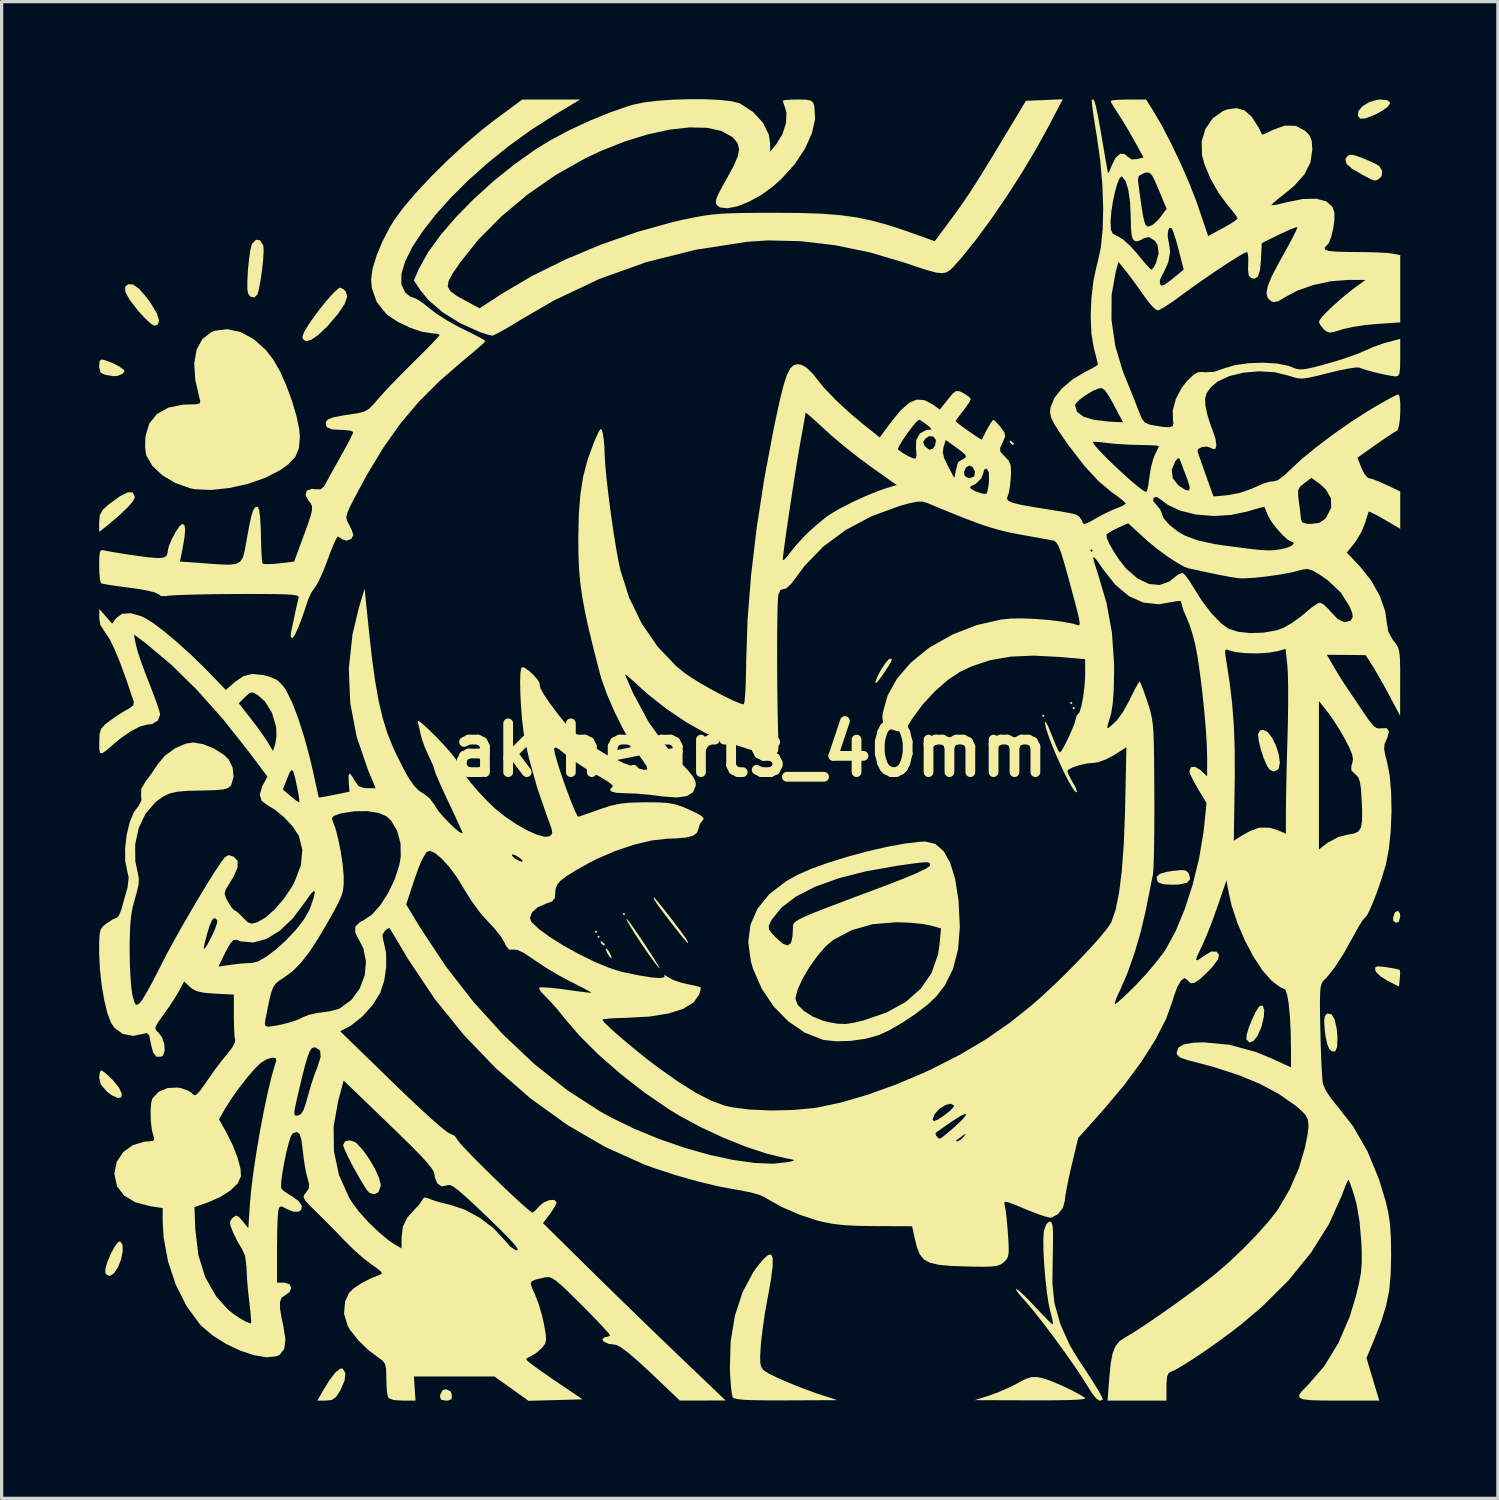
<source format=kicad_pcb>
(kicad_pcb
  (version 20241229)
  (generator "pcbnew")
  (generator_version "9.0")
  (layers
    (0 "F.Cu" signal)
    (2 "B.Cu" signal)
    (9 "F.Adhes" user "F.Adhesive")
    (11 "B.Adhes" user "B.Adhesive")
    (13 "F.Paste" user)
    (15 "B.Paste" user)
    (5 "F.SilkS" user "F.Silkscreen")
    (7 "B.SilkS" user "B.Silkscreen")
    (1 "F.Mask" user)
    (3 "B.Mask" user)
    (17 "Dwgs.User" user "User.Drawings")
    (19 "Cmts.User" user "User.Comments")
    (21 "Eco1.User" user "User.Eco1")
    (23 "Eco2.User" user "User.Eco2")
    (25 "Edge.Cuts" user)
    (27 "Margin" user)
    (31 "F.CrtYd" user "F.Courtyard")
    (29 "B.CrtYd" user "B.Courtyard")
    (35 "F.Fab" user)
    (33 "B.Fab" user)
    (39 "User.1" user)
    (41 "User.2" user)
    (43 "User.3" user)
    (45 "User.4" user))
  (footprint "akihearts_40mm"
    (layer "F.Cu")
    (at 20.007 20.018)
    (property "Reference" "akihearts_40mm" (at 0 0 0) (layer "F.SilkS") (effects (font (size 1.5 1.5) (thickness 0.3))))
    (attr board_only exclude_from_pos_files exclude_from_bom)
    (fp_poly (pts (xy -4.689 5.588) (xy -4.728 5.627) (xy -4.767 5.588) (xy -4.728 5.549)) (stroke (width 0) (type solid)) (fill yes) (layer "F.SilkS"))
    (fp_poly (pts (xy -4.611 5.744) (xy -4.65 5.783) (xy -4.689 5.744) (xy -4.65 5.705)) (stroke (width 0) (type solid)) (fill yes) (layer "F.SilkS"))
    (fp_poly (pts (xy -3.83 5.041) (xy -3.869 5.08) (xy -3.908 5.041) (xy -3.869 5.002)) (stroke (width 0) (type solid)) (fill yes) (layer "F.SilkS"))
    (fp_poly (pts (xy 9.066 -1.055) (xy 9.027 -1.016) (xy 8.988 -1.055) (xy 9.027 -1.094)) (stroke (width 0) (type solid)) (fill yes) (layer "F.SilkS"))
    (fp_poly (pts (xy 9.926 -1.446) (xy 9.886 -1.407) (xy 9.847 -1.446) (xy 9.886 -1.485)) (stroke (width 0) (type solid)) (fill yes) (layer "F.SilkS"))
    (fp_poly (pts (xy 10.004 -1.29) (xy 9.965 -1.25) (xy 9.926 -1.29) (xy 9.965 -1.329)) (stroke (width 0) (type solid)) (fill yes) (layer "F.SilkS"))
    (fp_poly (pts (xy -4.545 5.893) (xy -4.462 5.966) (xy -4.455 5.983) (xy -4.492 6.016) (xy -4.569 5.944) (xy -4.579 5.928) (xy -4.589 5.874)) (stroke (width 0) (type solid)) (fill yes) (layer "F.SilkS"))
    (fp_poly (pts (xy 8.038 -9.503) (xy 8.121 -9.431) (xy 8.128 -9.413) (xy 8.091 -9.381) (xy 8.014 -9.453) (xy 8.003 -9.469) (xy 7.994 -9.522)) (stroke (width 0) (type solid)) (fill yes) (layer "F.SilkS"))
    (fp_poly (pts (xy -4.358 6.156) (xy -4.298 6.252) (xy -4.248 6.373) (xy -4.254 6.409) (xy -4.317 6.349) (xy -4.377 6.252) (xy -4.427 6.131) (xy -4.421 6.096)) (stroke (width 0) (type solid)) (fill yes) (layer "F.SilkS"))
    (fp_poly (pts (xy 19.995 5.018) (xy 20.007 5.113) (xy 19.966 5.276) (xy 19.885 5.314) (xy 19.792 5.255) (xy 19.787 5.145) (xy 19.846 4.987) (xy 19.93 4.943)) (stroke (width 0) (type solid)) (fill yes) (layer "F.SilkS"))
    (fp_poly (pts (xy -9.2 19.72) (xy -9.158 19.832) (xy -9.168 19.962) (xy -9.277 20.005) (xy -9.339 20.007) (xy -9.489 19.983) (xy -9.526 19.885) (xy -9.521 19.832) (xy -9.443 19.685) (xy -9.339 19.656)) (stroke (width 0) (type solid)) (fill yes) (layer "F.SilkS"))
    (fp_poly (pts (xy -19.86 9.899) (xy -19.708 10.031) (xy -19.593 10.144) (xy -19.397 10.383) (xy -19.312 10.569) (xy -19.327 10.681) (xy -19.436 10.701) (xy -19.627 10.61) (xy -19.767 10.505) (xy -19.956 10.286) (xy -20.007 10.075) (xy -19.989 9.913) (xy -19.945 9.847)) (stroke (width 0) (type solid)) (fill yes) (layer "F.SilkS"))
    (fp_poly (pts (xy -12.435 19.16) (xy -12.459 19.388) (xy -12.588 19.687) (xy -12.597 19.704) (xy -12.726 19.899) (xy -12.854 19.987) (xy -13.032 20.007) (xy -13.296 20.007) (xy -13.126 19.704) (xy -12.918 19.368) (xy -12.736 19.136) (xy -12.591 19.023) (xy -12.518 19.022)) (stroke (width 0) (type solid)) (fill yes) (layer "F.SilkS"))
    (fp_poly (pts (xy 4.366 -2.797) (xy 4.355 -2.73) (xy 4.274 -2.588) (xy 4.113 -2.346) (xy 4.096 -2.322) (xy 3.95 -2.123) (xy 3.873 -2.052) (xy 3.87 -2.11) (xy 3.943 -2.294) (xy 4.057 -2.502) (xy 4.182 -2.686) (xy 4.286 -2.799) (xy 4.318 -2.813)) (stroke (width 0) (type solid)) (fill yes) (layer "F.SilkS"))
    (fp_poly (pts (xy -19.291 15.206) (xy -19.282 15.406) (xy -19.333 15.663) (xy -19.421 15.892) (xy -19.551 16.093) (xy -19.682 16.175) (xy -19.789 16.128) (xy -19.818 16.072) (xy -19.814 15.941) (xy -19.754 15.74) (xy -19.657 15.511) (xy -19.546 15.3) (xy -19.441 15.15) (xy -19.364 15.105)) (stroke (width 0) (type solid)) (fill yes) (layer "F.SilkS"))
    (fp_poly (pts (xy 19.613 -19.985) (xy 19.693 -19.912) (xy 19.695 -19.892) (xy 19.627 -19.788) (xy 19.451 -19.659) (xy 19.205 -19.53) (xy 18.932 -19.426) (xy 18.777 -19.417) (xy 18.704 -19.506) (xy 18.721 -19.656) (xy 18.853 -19.807) (xy 19.061 -19.931) (xy 19.307 -20.001) (xy 19.402 -20.007)) (stroke (width 0) (type solid)) (fill yes) (layer "F.SilkS"))
    (fp_poly (pts (xy -19.832 -11.992) (xy -19.592 -11.901) (xy -19.383 -11.794) (xy -19.25 -11.695) (xy -19.226 -11.651) (xy -19.291 -11.569) (xy -19.439 -11.509) (xy -19.564 -11.499) (xy -19.711 -11.522) (xy -19.832 -11.544) (xy -19.963 -11.609) (xy -20.006 -11.765) (xy -20.007 -11.812) (xy -19.993 -11.972) (xy -19.926 -12.013)) (stroke (width 0) (type solid)) (fill yes) (layer "F.SilkS"))
    (fp_poly (pts (xy 13.41 3.706) (xy 13.488 3.773) (xy 13.511 3.811) (xy 13.546 3.973) (xy 13.445 4.08) (xy 13.203 4.134) (xy 12.995 4.142) (xy 12.723 4.127) (xy 12.575 4.077) (xy 12.531 4.02) (xy 12.518 3.896) (xy 12.607 3.809) (xy 12.818 3.747) (xy 13.026 3.714) (xy 13.271 3.69)) (stroke (width 0) (type solid)) (fill yes) (layer "F.SilkS"))
    (fp_poly (pts (xy 17.895 8.126) (xy 17.991 8.291) (xy 18.055 8.583) (xy 18.077 8.858) (xy 18.065 9.129) (xy 18.006 9.267) (xy 17.905 9.265) (xy 17.824 9.189) (xy 17.764 9.05) (xy 17.711 8.814) (xy 17.685 8.612) (xy 17.668 8.345) (xy 17.685 8.193) (xy 17.74 8.118) (xy 17.773 8.103)) (stroke (width 0) (type solid)) (fill yes) (layer "F.SilkS"))
    (fp_poly (pts (xy 19.463 6.662) (xy 19.589 6.679) (xy 19.814 6.717) (xy 19.962 6.749) (xy 19.993 6.76) (xy 20.004 6.846) (xy 19.994 7.021) (xy 19.993 7.028) (xy 19.968 7.273) (xy 19.617 7.095) (xy 19.407 6.964) (xy 19.267 6.83) (xy 19.238 6.77) (xy 19.237 6.684) (xy 19.3 6.652)) (stroke (width 0) (type solid)) (fill yes) (layer "F.SilkS"))
    (fp_poly (pts (xy -18.963 -14.318) (xy -18.772 -14.18) (xy -18.537 -13.905) (xy -18.408 -13.725) (xy -18.231 -13.426) (xy -18.163 -13.209) (xy -18.206 -13.082) (xy -18.312 -13.052) (xy -18.41 -13.108) (xy -18.574 -13.257) (xy -18.773 -13.47) (xy -18.823 -13.528) (xy -19.073 -13.852) (xy -19.201 -14.089) (xy -19.209 -14.247) (xy -19.118 -14.327)) (stroke (width 0) (type solid)) (fill yes) (layer "F.SilkS"))
    (fp_poly (pts (xy -18.915 -7.806) (xy -18.913 -7.762) (xy -18.973 -7.644) (xy -19.141 -7.455) (xy -19.395 -7.213) (xy -19.717 -6.94) (xy -19.826 -6.852) (xy -20.007 -6.71) (xy -20.007 -7.015) (xy -19.987 -7.226) (xy -19.901 -7.384) (xy -19.716 -7.554) (xy -19.714 -7.555) (xy -19.376 -7.802) (xy -19.132 -7.926) (xy -18.979 -7.927)) (stroke (width 0) (type solid)) (fill yes) (layer "F.SilkS"))
    (fp_poly (pts (xy 15.782 7.865) (xy 15.822 7.985) (xy 15.812 8.196) (xy 15.75 8.466) (xy 15.731 8.529) (xy 15.617 8.79) (xy 15.491 8.949) (xy 15.373 8.992) (xy 15.281 8.903) (xy 15.275 8.888) (xy 15.283 8.761) (xy 15.346 8.549) (xy 15.443 8.301) (xy 15.551 8.07) (xy 15.652 7.906) (xy 15.695 7.863)) (stroke (width 0) (type solid)) (fill yes) (layer "F.SilkS"))
    (fp_poly (pts (xy 15.929 -0.555) (xy 16.069 -0.374) (xy 16.189 -0.126) (xy 16.273 0.144) (xy 16.305 0.39) (xy 16.268 0.57) (xy 16.236 0.609) (xy 16.109 0.66) (xy 15.994 0.604) (xy 15.906 0.479) (xy 15.809 0.254) (xy 15.719 -0.021) (xy 15.654 -0.292) (xy 15.632 -0.488) (xy 15.694 -0.604) (xy 15.785 -0.625)) (stroke (width 0) (type solid)) (fill yes) (layer "F.SilkS"))
    (fp_poly (pts (xy -3.774 5.197) (xy -3.697 5.293) (xy -3.566 5.477) (xy -3.401 5.718) (xy -3.221 5.987) (xy -3.048 6.251) (xy -2.9 6.482) (xy -2.8 6.649) (xy -2.765 6.72) (xy -2.766 6.721) (xy -2.824 6.662) (xy -2.946 6.505) (xy -3.108 6.281) (xy -3.142 6.233) (xy -3.341 5.941) (xy -3.521 5.666) (xy -3.666 5.433) (xy -3.763 5.265) (xy -3.797 5.186)) (stroke (width 0) (type solid)) (fill yes) (layer "F.SilkS"))
    (fp_poly (pts (xy -2.889 4.59) (xy -2.763 4.742) (xy -2.592 4.956) (xy -2.401 5.201) (xy -2.214 5.447) (xy -2.054 5.662) (xy -1.946 5.814) (xy -1.93 5.839) (xy -1.893 5.927) (xy -1.901 5.94) (xy -1.96 5.882) (xy -2.09 5.726) (xy -2.271 5.499) (xy -2.399 5.334) (xy -2.657 4.996) (xy -2.828 4.764) (xy -2.924 4.621) (xy -2.958 4.55) (xy -2.945 4.533)) (stroke (width 0) (type solid)) (fill yes) (layer "F.SilkS"))
    (fp_poly (pts (xy 18.734 -18.249) (xy 18.861 -18.2) (xy 19.104 -18.096) (xy 19.294 -18.003) (xy 19.362 -17.959) (xy 19.45 -17.812) (xy 19.436 -17.651) (xy 19.337 -17.554) (xy 19.263 -17.524) (xy 19.208 -17.518) (xy 19.126 -17.547) (xy 18.974 -17.624) (xy 18.83 -17.7) (xy 18.522 -17.88) (xy 18.355 -18.031) (xy 18.32 -18.164) (xy 18.363 -18.245) (xy 18.437 -18.304) (xy 18.546 -18.306)) (stroke (width 0) (type solid)) (fill yes) (layer "F.SilkS"))
    (fp_poly (pts (xy -15.058 -15.677) (xy -14.963 -15.528) (xy -14.958 -15.508) (xy -14.949 -15.347) (xy -14.964 -15.083) (xy -14.998 -14.766) (xy -15.043 -14.446) (xy -15.095 -14.172) (xy -15.139 -14.014) (xy -15.234 -13.92) (xy -15.357 -13.945) (xy -15.431 -14.045) (xy -15.45 -14.196) (xy -15.449 -14.452) (xy -15.431 -14.764) (xy -15.4 -15.083) (xy -15.361 -15.36) (xy -15.317 -15.545) (xy -15.305 -15.572) (xy -15.186 -15.695)) (stroke (width 0) (type solid)) (fill yes) (layer "F.SilkS"))
    (fp_poly (pts (xy -12.491 -14.17) (xy -12.421 -14.101) (xy -12.379 -13.945) (xy -12.458 -13.718) (xy -12.661 -13.416) (xy -12.99 -13.033) (xy -13.007 -13.015) (xy -13.266 -12.769) (xy -13.486 -12.619) (xy -13.65 -12.573) (xy -13.741 -12.638) (xy -13.754 -12.72) (xy -13.707 -12.85) (xy -13.583 -13.06) (xy -13.406 -13.316) (xy -13.201 -13.59) (xy -12.991 -13.848) (xy -12.801 -14.059) (xy -12.655 -14.193) (xy -12.592 -14.224)) (stroke (width 0) (type solid)) (fill yes) (layer "F.SilkS"))
    (fp_poly (pts (xy 8.982 19.311) (xy 9.238 19.393) (xy 9.568 19.53) (xy 9.914 19.694) (xy 10.215 19.86) (xy 10.316 19.925) (xy 10.299 19.953) (xy 10.151 19.974) (xy 9.867 19.989) (xy 9.44 19.997) (xy 8.864 19.999) (xy 8.675 19.999) (xy 6.917 19.993) (xy 7.364 19.853) (xy 7.699 19.728) (xy 8.058 19.566) (xy 8.232 19.475) (xy 8.481 19.343) (xy 8.661 19.284) (xy 8.832 19.283)) (stroke (width 0) (type solid)) (fill yes) (layer "F.SilkS"))
    (fp_poly (pts (xy -12.137 12.057) (xy -12.091 12.092) (xy -11.894 12.305) (xy -11.697 12.583) (xy -11.524 12.882) (xy -11.399 13.159) (xy -11.347 13.37) (xy -11.348 13.401) (xy -11.416 13.596) (xy -11.554 13.665) (xy -11.702 13.614) (xy -11.782 13.519) (xy -11.908 13.321) (xy -12.06 13.061) (xy -12.217 12.775) (xy -12.357 12.503) (xy -12.46 12.283) (xy -12.504 12.154) (xy -12.505 12.148) (xy -12.445 12.034) (xy -12.304 12.001)) (stroke (width 0) (type solid)) (fill yes) (layer "F.SilkS"))
    (fp_poly (pts (xy 0.708 15.629) (xy 0.705 15.875) (xy 0.657 16.258) (xy 0.565 16.784) (xy 0.538 16.92) (xy 0.464 17.344) (xy 0.398 17.797) (xy 0.35 18.203) (xy 0.34 18.327) (xy 0.321 18.648) (xy 0.325 18.853) (xy 0.357 18.979) (xy 0.423 19.067) (xy 0.44 19.083) (xy 0.59 19.178) (xy 0.855 19.308) (xy 1.201 19.458) (xy 1.595 19.616) (xy 2.003 19.766) (xy 2.266 19.854) (xy 2.696 19.993) (xy 1.118 20) (xy 0.543 20) (xy 0.108 19.994) (xy -0.201 19.98) (xy -0.399 19.958) (xy -0.502 19.927) (xy -0.521 19.91) (xy -0.55 19.794) (xy -0.578 19.56) (xy -0.6 19.248) (xy -0.61 19.03) (xy -0.586 18.184) (xy -0.453 17.39) (xy -0.219 16.672) (xy 0.111 16.054) (xy 0.218 15.904) (xy 0.419 15.659) (xy 0.566 15.527) (xy 0.662 15.515)) (stroke (width 0) (type solid)) (fill yes) (layer "F.SilkS"))
    (fp_poly (pts (xy -15.657 -12.855) (xy -15.256 -12.639) (xy -14.885 -12.309) (xy -14.648 -12.003) (xy -14.446 -11.647) (xy -14.25 -11.208) (xy -14.075 -10.733) (xy -13.938 -10.268) (xy -13.853 -9.859) (xy -13.834 -9.63) (xy -13.864 -9.286) (xy -13.973 -9.02) (xy -14.187 -8.791) (xy -14.445 -8.607) (xy -14.902 -8.372) (xy -15.437 -8.186) (xy -16.003 -8.06) (xy -16.553 -8.001) (xy -17.041 -8.02) (xy -17.215 -8.053) (xy -17.67 -8.215) (xy -18.064 -8.451) (xy -18.368 -8.736) (xy -18.55 -9.047) (xy -18.571 -9.116) (xy -18.593 -9.315) (xy -18.588 -9.578) (xy -18.58 -9.662) (xy -18.467 -10.042) (xy -18.231 -10.334) (xy -17.883 -10.531) (xy -17.433 -10.623) (xy -17.265 -10.629) (xy -17.032 -10.634) (xy -16.92 -10.66) (xy -16.897 -10.724) (xy -16.917 -10.805) (xy -17.053 -11.39) (xy -17.083 -11.898) (xy -17.009 -12.319) (xy -16.833 -12.64) (xy -16.557 -12.853) (xy -16.452 -12.895) (xy -16.064 -12.944)) (stroke (width 0) (type solid)) (fill yes) (layer "F.SilkS"))
    (fp_poly (pts (xy 9.281 14.526) (xy 9.313 14.628) (xy 9.328 14.83) (xy 9.327 15.16) (xy 9.327 15.201) (xy 9.32 15.595) (xy 9.314 16.001) (xy 9.31 16.343) (xy 9.31 16.398) (xy 9.371 17.008) (xy 9.554 17.657) (xy 9.845 18.306) (xy 10.108 18.741) (xy 10.353 19.109) (xy 10.566 19.442) (xy 10.732 19.713) (xy 10.835 19.9) (xy 10.863 19.973) (xy 10.8 20.004) (xy 10.754 20.007) (xy 10.659 19.944) (xy 10.527 19.78) (xy 10.412 19.597) (xy 10.242 19.323) (xy 10 18.962) (xy 9.71 18.549) (xy 9.395 18.116) (xy 9.081 17.697) (xy 8.792 17.325) (xy 8.551 17.034) (xy 8.456 16.927) (xy 8.294 16.744) (xy 8.2 16.615) (xy 8.193 16.569) (xy 8.275 16.623) (xy 8.434 16.768) (xy 8.643 16.979) (xy 8.771 17.116) (xy 8.992 17.352) (xy 9.174 17.536) (xy 9.291 17.645) (xy 9.319 17.663) (xy 9.324 17.596) (xy 9.289 17.425) (xy 9.251 17.292) (xy 9.193 17.03) (xy 9.138 16.668) (xy 9.092 16.248) (xy 9.056 15.811) (xy 9.034 15.396) (xy 9.03 15.046) (xy 9.046 14.802) (xy 9.052 14.771) (xy 9.123 14.58) (xy 9.217 14.498) (xy 9.225 14.498)) (stroke (width 0) (type solid)) (fill yes) (layer "F.SilkS"))
    (fp_poly (pts (xy 5.71 2.888) (xy 5.963 3.108) (xy 6.167 3.471) (xy 6.32 3.973) (xy 6.42 4.612) (xy 6.422 4.633) (xy 6.462 5.439) (xy 6.407 6.132) (xy 6.254 6.728) (xy 5.999 7.24) (xy 5.742 7.574) (xy 5.467 7.831) (xy 5.098 8.115) (xy 4.685 8.39) (xy 4.279 8.624) (xy 3.961 8.77) (xy 3.569 8.878) (xy 3.116 8.942) (xy 2.667 8.957) (xy 2.287 8.917) (xy 2.246 8.908) (xy 1.696 8.692) (xy 1.186 8.343) (xy 0.736 7.883) (xy 0.583 7.655) (xy 1.407 7.655) (xy 1.477 7.835) (xy 1.666 8.022) (xy 1.937 8.194) (xy 2.256 8.325) (xy 2.423 8.368) (xy 2.71 8.416) (xy 2.946 8.424) (xy 3.199 8.387) (xy 3.481 8.32) (xy 4.203 8.074) (xy 4.798 7.746) (xy 5.262 7.337) (xy 5.594 6.852) (xy 5.79 6.292) (xy 5.836 5.989) (xy 5.883 5.483) (xy 5.54 5.389) (xy 5.3 5.346) (xy 4.966 5.313) (xy 4.599 5.297) (xy 4.494 5.296) (xy 3.776 5.356) (xy 3.136 5.539) (xy 2.567 5.84) (xy 2.33 6.043) (xy 2.079 6.335) (xy 1.836 6.676) (xy 1.627 7.03) (xy 1.476 7.358) (xy 1.408 7.62) (xy 1.407 7.655) (xy 0.583 7.655) (xy 0.368 7.335) (xy 0.1 6.72) (xy 0.035 6.496) (xy -0.045 5.91) (xy 0.019 5.408) (xy 0.587 5.408) (xy 0.593 5.515) (xy 0.686 5.643) (xy 0.79 5.753) (xy 1.007 5.947) (xy 1.158 6.01) (xy 1.257 5.944) (xy 1.281 5.894) (xy 1.315 5.731) (xy 1.329 5.512) (xy 1.329 5.512) (xy 1.327 5.443) (xy 1.332 5.384) (xy 1.357 5.329) (xy 1.415 5.272) (xy 1.519 5.207) (xy 1.683 5.127) (xy 1.92 5.025) (xy 2.243 4.897) (xy 2.666 4.735) (xy 3.202 4.533) (xy 3.864 4.285) (xy 4.24 4.144) (xy 4.74 3.95) (xy 5.13 3.787) (xy 5.398 3.659) (xy 5.534 3.571) (xy 5.549 3.546) (xy 5.544 3.493) (xy 5.514 3.46) (xy 5.432 3.449) (xy 5.275 3.459) (xy 5.018 3.49) (xy 4.635 3.544) (xy 4.552 3.556) (xy 3.583 3.726) (xy 2.735 3.942) (xy 2.014 4.202) (xy 1.427 4.502) (xy 0.98 4.841) (xy 0.679 5.215) (xy 0.651 5.265) (xy 0.587 5.408) (xy 0.019 5.408) (xy 0.025 5.368) (xy 0.242 4.874) (xy 0.605 4.429) (xy 1.113 4.038) (xy 1.459 3.843) (xy 1.885 3.655) (xy 2.411 3.465) (xy 3.001 3.282) (xy 3.615 3.116) (xy 4.216 2.977) (xy 4.767 2.876) (xy 5.23 2.821) (xy 5.409 2.814)) (stroke (width 0) (type solid)) (fill yes) (layer "F.SilkS"))
    (fp_poly (pts (xy -1.366 -20.016) (xy -0.927 -19.995) (xy -0.569 -19.955) (xy -0.324 -19.896) (xy -0.289 -19.881) (xy 0.11 -19.618) (xy 0.408 -19.292) (xy 0.586 -18.93) (xy 0.628 -18.663) (xy 0.631 -18.405) (xy 0.817 -18.633) (xy 1.006 -18.941) (xy 1.115 -19.279) (xy 1.13 -19.593) (xy 1.099 -19.721) (xy 1.04 -19.886) (xy 1.016 -19.973) (xy 1.087 -19.991) (xy 1.271 -20.004) (xy 1.476 -20.007) (xy 1.736 -20.002) (xy 1.88 -19.975) (xy 1.952 -19.91) (xy 1.988 -19.804) (xy 2.012 -19.408) (xy 1.911 -18.963) (xy 1.698 -18.492) (xy 1.384 -18.021) (xy 0.983 -17.573) (xy 0.71 -17.33) (xy 0.344 -17.066) (xy -0.029 -16.861) (xy -0.381 -16.723) (xy -0.684 -16.662) (xy -0.913 -16.688) (xy -1.007 -16.753) (xy -1.043 -16.829) (xy -1.031 -16.938) (xy -0.961 -17.108) (xy -0.824 -17.366) (xy -0.711 -17.565) (xy -0.494 -17.961) (xy -0.367 -18.259) (xy -0.327 -18.482) (xy -0.37 -18.659) (xy -0.493 -18.814) (xy -0.547 -18.862) (xy -0.875 -19.042) (xy -1.314 -19.137) (xy -1.847 -19.15) (xy -2.458 -19.082) (xy -3.128 -18.937) (xy -3.84 -18.718) (xy -4.576 -18.426) (xy -5.041 -18.208) (xy -5.953 -17.695) (xy -6.829 -17.088) (xy -7.637 -16.413) (xy -8.349 -15.694) (xy -8.906 -14.995) (xy -9.133 -14.663) (xy -9.261 -14.427) (xy -9.287 -14.253) (xy -9.204 -14.11) (xy -9.008 -13.967) (xy -8.706 -13.8) (xy -8.308 -13.587) (xy -7.636 -14.025) (xy -6.716 -14.569) (xy -5.684 -15.08) (xy -4.585 -15.541) (xy -3.463 -15.934) (xy -2.36 -16.241) (xy -2.034 -16.314) (xy -1.704 -16.382) (xy -1.417 -16.434) (xy -1.14 -16.471) (xy -0.845 -16.496) (xy -0.499 -16.512) (xy -0.074 -16.52) (xy 0.463 -16.524) (xy 0.782 -16.524) (xy 1.557 -16.518) (xy 2.21 -16.496) (xy 2.774 -16.452) (xy 3.281 -16.383) (xy 3.765 -16.282) (xy 4.26 -16.146) (xy 4.797 -15.969) (xy 4.957 -15.912) (xy 5.69 -15.65) (xy 6.077 -16.168) (xy 6.319 -16.496) (xy 6.537 -16.802) (xy 6.749 -17.114) (xy 6.973 -17.46) (xy 7.228 -17.869) (xy 7.532 -18.368) (xy 7.743 -18.718) (xy 8.495 -19.968) (xy 9.062 -19.991) (xy 9.628 -20.015) (xy 9.207 -19.21) (xy 8.813 -18.495) (xy 8.369 -17.753) (xy 7.896 -17.015) (xy 7.413 -16.312) (xy 6.942 -15.673) (xy 6.503 -15.13) (xy 6.276 -14.875) (xy 6.163 -14.763) (xy 6.053 -14.693) (xy 5.92 -14.666) (xy 5.738 -14.685) (xy 5.481 -14.751) (xy 5.124 -14.866) (xy 4.751 -14.993) (xy 3.703 -15.304) (xy 2.631 -15.525) (xy 1.572 -15.65) (xy 0.563 -15.675) (xy -0.078 -15.632) (xy -1.663 -15.387) (xy -3.174 -15.008) (xy -4.622 -14.49) (xy -6.018 -13.829) (xy -7.062 -13.223) (xy -7.374 -13.032) (xy -7.641 -12.878) (xy -7.834 -12.777) (xy -7.921 -12.745) (xy -8.049 -12.774) (xy -8.249 -12.838) (xy -8.289 -12.852) (xy -8.903 -13.127) (xy -9.445 -13.464) (xy -9.884 -13.843) (xy -10.132 -14.149) (xy -10.329 -14.446) (xy -10.166 -14.814) (xy -9.9 -15.297) (xy -9.516 -15.828) (xy -9.036 -16.387) (xy -8.48 -16.953) (xy -7.871 -17.504) (xy -7.229 -18.02) (xy -6.578 -18.48) (xy -6.12 -18.76) (xy -5.548 -19.063) (xy -4.918 -19.356) (xy -4.287 -19.613) (xy -3.712 -19.812) (xy -3.575 -19.851) (xy -3.244 -19.919) (xy -2.824 -19.97) (xy -2.348 -20.003) (xy -1.851 -20.018)) (stroke (width 0) (type solid)) (fill yes) (layer "F.SilkS"))
    (fp_poly (pts (xy -6.027 -19.519) (xy -6.735 -19.064) (xy -7.415 -18.573) (xy -8.057 -18.056) (xy -8.652 -17.525) (xy -9.19 -16.99) (xy -9.662 -16.463) (xy -10.06 -15.954) (xy -10.373 -15.475) (xy -10.593 -15.037) (xy -10.71 -14.651) (xy -10.715 -14.327) (xy -10.598 -14.077) (xy -10.59 -14.068) (xy -10.445 -13.95) (xy -10.336 -13.911) (xy -10.221 -13.863) (xy -10.036 -13.736) (xy -9.859 -13.591) (xy -9.618 -13.409) (xy -9.291 -13.202) (xy -8.936 -13.006) (xy -8.814 -12.946) (xy -8.523 -12.803) (xy -8.293 -12.683) (xy -8.156 -12.602) (xy -8.131 -12.579) (xy -8.186 -12.515) (xy -8.34 -12.375) (xy -8.567 -12.181) (xy -8.812 -11.979) (xy -9.539 -11.35) (xy -10.174 -10.715) (xy -10.742 -10.043) (xy -11.268 -9.301) (xy -11.776 -8.46) (xy -12.159 -7.746) (xy -12.304 -7.462) (xy -12.383 -7.276) (xy -12.407 -7.151) (xy -12.381 -7.047) (xy -12.324 -6.939) (xy -12.233 -6.752) (xy -12.192 -6.611) (xy -12.192 -6.606) (xy -12.255 -6.493) (xy -12.393 -6.441) (xy -12.526 -6.478) (xy -12.533 -6.484) (xy -12.641 -6.558) (xy -12.67 -6.565) (xy -12.719 -6.496) (xy -12.804 -6.311) (xy -12.911 -6.043) (xy -12.981 -5.851) (xy -13.106 -5.528) (xy -13.228 -5.252) (xy -13.329 -5.062) (xy -13.368 -5.011) (xy -13.476 -4.856) (xy -13.579 -4.63) (xy -13.599 -4.572) (xy -13.746 -4.13) (xy -13.878 -3.783) (xy -13.985 -3.548) (xy -14.062 -3.443) (xy -14.075 -3.439) (xy -14.117 -3.502) (xy -14.109 -3.615) (xy -14.069 -3.795) (xy -14.015 -4.051) (xy -13.987 -4.181) (xy -13.933 -4.431) (xy -13.887 -4.628) (xy -13.87 -4.689) (xy -13.876 -4.725) (xy -13.928 -4.753) (xy -14.043 -4.774) (xy -14.239 -4.788) (xy -14.531 -4.796) (xy -14.938 -4.8) (xy -15.475 -4.801) (xy -15.815 -4.8) (xy -16.363 -4.796) (xy -16.864 -4.788) (xy -17.296 -4.777) (xy -17.636 -4.764) (xy -17.86 -4.75) (xy -17.942 -4.737) (xy -18.107 -4.736) (xy -18.169 -4.786) (xy -18.283 -4.844) (xy -18.527 -4.906) (xy -18.872 -4.966) (xy -19.067 -4.992) (xy -19.411 -5.037) (xy -19.696 -5.079) (xy -19.886 -5.113) (xy -19.947 -5.13) (xy -19.978 -5.221) (xy -20 -5.424) (xy -20.007 -5.676) (xy -20.003 -5.949) (xy -19.982 -6.097) (xy -19.938 -6.151) (xy -19.871 -6.144) (xy -19.74 -6.116) (xy -19.493 -6.074) (xy -19.167 -6.022) (xy -18.881 -5.979) (xy -18.474 -5.925) (xy -18.197 -5.904) (xy -18.025 -5.92) (xy -17.934 -5.976) (xy -17.901 -6.075) (xy -17.898 -6.121) (xy -17.862 -6.277) (xy -17.773 -6.487) (xy -17.658 -6.702) (xy -17.544 -6.874) (xy -17.455 -6.954) (xy -17.447 -6.956) (xy -17.383 -6.914) (xy -17.362 -6.778) (xy -17.385 -6.531) (xy -17.45 -6.155) (xy -17.472 -6.045) (xy -17.523 -5.799) (xy -16.792 -5.745) (xy -16.34 -5.712) (xy -16.019 -5.7) (xy -15.803 -5.723) (xy -15.666 -5.797) (xy -15.582 -5.936) (xy -15.526 -6.153) (xy -15.471 -6.464) (xy -15.468 -6.487) (xy -15.389 -6.917) (xy -15.324 -7.211) (xy -15.264 -7.39) (xy -15.203 -7.473) (xy -15.134 -7.48) (xy -15.133 -7.48) (xy -15.087 -7.386) (xy -15.055 -7.145) (xy -15.036 -6.764) (xy -15.033 -6.611) (xy -15.024 -6.265) (xy -15.01 -5.98) (xy -14.993 -5.79) (xy -14.979 -5.731) (xy -14.885 -5.717) (xy -14.684 -5.723) (xy -14.475 -5.742) (xy -14.012 -5.796) (xy -13.727 -6.565) (xy -13.589 -6.945) (xy -13.501 -7.208) (xy -13.461 -7.384) (xy -13.463 -7.502) (xy -13.504 -7.591) (xy -13.569 -7.67) (xy -13.662 -7.845) (xy -13.621 -7.979) (xy -13.467 -8.034) (xy -13.374 -8.024) (xy -13.199 -8.018) (xy -13.088 -8.113) (xy -13.044 -8.191) (xy -12.958 -8.351) (xy -12.819 -8.604) (xy -12.649 -8.907) (xy -12.564 -9.058) (xy -12.404 -9.346) (xy -12.279 -9.585) (xy -12.205 -9.741) (xy -12.192 -9.78) (xy -12.262 -9.819) (xy -12.442 -9.843) (xy -12.585 -9.847) (xy -12.851 -9.864) (xy -12.992 -9.921) (xy -13.025 -9.97) (xy -13.041 -10.084) (xy -12.973 -10.169) (xy -12.798 -10.235) (xy -12.497 -10.292) (xy -12.347 -10.314) (xy -12.044 -10.361) (xy -11.845 -10.414) (xy -11.7 -10.501) (xy -11.557 -10.647) (xy -11.457 -10.766) (xy -11.286 -10.96) (xy -11.034 -11.229) (xy -10.731 -11.541) (xy -10.41 -11.862) (xy -10.344 -11.927) (xy -10.056 -12.211) (xy -9.814 -12.457) (xy -9.637 -12.644) (xy -9.544 -12.751) (xy -9.535 -12.767) (xy -9.603 -12.803) (xy -9.766 -12.817) (xy -9.766 -12.817) (xy -10.076 -12.864) (xy -10.445 -12.989) (xy -10.814 -13.165) (xy -11.124 -13.369) (xy -11.185 -13.421) (xy -11.471 -13.78) (xy -11.622 -14.212) (xy -11.644 -14.47) (xy -11.6 -14.795) (xy -11.478 -15.202) (xy -11.293 -15.647) (xy -11.063 -16.089) (xy -10.937 -16.294) (xy -10.646 -16.69) (xy -10.254 -17.15) (xy -9.789 -17.646) (xy -9.277 -18.152) (xy -8.745 -18.641) (xy -8.22 -19.087) (xy -7.854 -19.371) (xy -6.995 -20.007) (xy -6.104 -20.007) (xy -5.214 -20.007)) (stroke (width 0) (type solid)) (fill yes) (layer "F.SilkS"))
    (fp_poly (pts (xy 10.601 -19.952) (xy 10.648 -19.798) (xy 10.704 -19.535) (xy 10.775 -19.145) (xy 10.824 -18.861) (xy 10.89 -18.469) (xy 10.948 -18.134) (xy 10.991 -17.887) (xy 11.016 -17.754) (xy 11.019 -17.741) (xy 11.05 -17.779) (xy 11.111 -17.923) (xy 11.129 -17.97) (xy 11.254 -18.217) (xy 11.396 -18.34) (xy 11.536 -18.328) (xy 11.602 -18.265) (xy 11.744 -18.165) (xy 11.909 -18.175) (xy 12.112 -18.226) (xy 11.826 -18.746) (xy 11.648 -19.057) (xy 11.464 -19.364) (xy 11.318 -19.592) (xy 11.192 -19.787) (xy 11.112 -19.926) (xy 11.098 -19.963) (xy 11.169 -19.985) (xy 11.358 -20.001) (xy 11.623 -20.007) (xy 11.644 -20.007) (xy 12.19 -20.007) (xy 12.401 -19.675) (xy 12.666 -19.222) (xy 12.955 -18.668) (xy 13.243 -18.062) (xy 13.51 -17.454) (xy 13.73 -16.893) (xy 13.795 -16.707) (xy 14.099 -15.808) (xy 14.551 -16.052) (xy 14.781 -16.183) (xy 14.945 -16.291) (xy 15.004 -16.349) (xy 14.958 -16.432) (xy 14.835 -16.594) (xy 14.701 -16.755) (xy 14.418 -17.138) (xy 14.169 -17.579) (xy 13.985 -18.018) (xy 13.909 -18.301) (xy 13.9 -18.72) (xy 14.016 -19.106) (xy 14.239 -19.427) (xy 14.55 -19.65) (xy 14.686 -19.702) (xy 14.974 -19.743) (xy 15.22 -19.671) (xy 15.442 -19.474) (xy 15.656 -19.138) (xy 15.759 -18.928) (xy 15.827 -18.946) (xy 15.986 -19.021) (xy 16.071 -19.065) (xy 16.451 -19.205) (xy 16.791 -19.198) (xy 17.084 -19.044) (xy 17.087 -19.041) (xy 17.221 -18.899) (xy 17.285 -18.735) (xy 17.302 -18.485) (xy 17.302 -18.462) (xy 17.244 -18.072) (xy 17.062 -17.708) (xy 16.745 -17.352) (xy 16.45 -17.108) (xy 16.24 -16.943) (xy 16.094 -16.818) (xy 16.042 -16.757) (xy 16.043 -16.756) (xy 16.125 -16.761) (xy 16.313 -16.799) (xy 16.494 -16.844) (xy 17.008 -16.947) (xy 17.423 -16.957) (xy 17.73 -16.877) (xy 17.92 -16.709) (xy 17.981 -16.53) (xy 17.982 -16.306) (xy 17.945 -16.037) (xy 17.883 -15.78) (xy 17.809 -15.594) (xy 17.772 -15.546) (xy 17.686 -15.456) (xy 17.692 -15.392) (xy 17.804 -15.351) (xy 18.036 -15.328) (xy 18.403 -15.319) (xy 18.591 -15.318) (xy 18.981 -15.314) (xy 19.337 -15.303) (xy 19.615 -15.287) (xy 19.763 -15.269) (xy 20.007 -15.22) (xy 20.007 -14.187) (xy 20.007 -13.153) (xy 19.284 -13.105) (xy 18.91 -13.069) (xy 18.546 -13.013) (xy 18.255 -12.949) (xy 18.186 -12.928) (xy 17.959 -12.856) (xy 17.824 -12.84) (xy 17.726 -12.882) (xy 17.659 -12.938) (xy 17.543 -13.077) (xy 17.506 -13.174) (xy 17.564 -13.275) (xy 17.717 -13.446) (xy 17.94 -13.662) (xy 18.205 -13.896) (xy 18.484 -14.125) (xy 18.632 -14.236) (xy 18.937 -14.458) (xy 18.386 -14.458) (xy 17.867 -14.417) (xy 17.332 -14.301) (xy 16.839 -14.129) (xy 16.464 -13.929) (xy 16.253 -13.804) (xy 16.111 -13.777) (xy 16.035 -13.806) (xy 15.929 -13.909) (xy 15.893 -14.055) (xy 15.931 -14.263) (xy 16.048 -14.553) (xy 16.249 -14.943) (xy 16.369 -15.158) (xy 16.554 -15.492) (xy 16.705 -15.774) (xy 16.806 -15.978) (xy 16.846 -16.078) (xy 16.845 -16.084) (xy 16.766 -16.066) (xy 16.584 -15.993) (xy 16.335 -15.879) (xy 16.281 -15.853) (xy 15.748 -15.592) (xy 15.724 -15.086) (xy 15.693 -14.756) (xy 15.63 -14.565) (xy 15.527 -14.496) (xy 15.416 -14.516) (xy 15.346 -14.598) (xy 15.325 -14.788) (xy 15.331 -14.938) (xy 15.334 -15.157) (xy 15.312 -15.295) (xy 15.291 -15.318) (xy 15.192 -15.275) (xy 14.991 -15.158) (xy 14.713 -14.983) (xy 14.385 -14.767) (xy 14.032 -14.527) (xy 13.679 -14.28) (xy 13.351 -14.043) (xy 13.271 -13.983) (xy 12.998 -13.785) (xy 12.761 -13.63) (xy 12.596 -13.537) (xy 12.544 -13.521) (xy 12.447 -13.581) (xy 12.298 -13.74) (xy 12.13 -13.963) (xy 12.126 -13.97) (xy 11.925 -14.255) (xy 11.869 -14.332) (xy 12.615 -14.332) (xy 12.665 -14.282) (xy 12.766 -14.317) (xy 12.944 -14.446) (xy 13.004 -14.494) (xy 13.347 -14.776) (xy 13.194 -15.379) (xy 13.114 -15.671) (xy 13.039 -15.905) (xy 12.984 -16.037) (xy 12.975 -16.049) (xy 12.907 -16.059) (xy 12.864 -15.96) (xy 12.854 -15.798) (xy 12.885 -15.621) (xy 12.894 -15.594) (xy 12.93 -15.318) (xy 12.87 -14.993) (xy 12.727 -14.679) (xy 12.695 -14.631) (xy 12.617 -14.459) (xy 12.615 -14.332) (xy 11.869 -14.332) (xy 11.719 -14.537) (xy 11.58 -14.717) (xy 11.342 -15.015) (xy 11.258 -14.717) (xy 11.13 -14.002) (xy 11.126 -13.229) (xy 11.241 -12.434) (xy 11.474 -11.652) (xy 11.539 -11.489) (xy 11.684 -11.136) (xy 11.825 -10.785) (xy 11.936 -10.497) (xy 11.96 -10.434) (xy 12.056 -10.201) (xy 12.151 -10.075) (xy 12.291 -10.012) (xy 12.401 -9.989) (xy 12.726 -9.937) (xy 12.923 -9.93) (xy 13.016 -9.971) (xy 13.031 -10.067) (xy 13.02 -10.12) (xy 13.009 -10.435) (xy 13.104 -10.793) (xy 13.286 -11.143) (xy 13.452 -11.351) (xy 13.641 -11.535) (xy 13.783 -11.619) (xy 13.926 -11.628) (xy 13.983 -11.619) (xy 14.277 -11.631) (xy 14.591 -11.739) (xy 14.923 -11.839) (xy 15.341 -11.897) (xy 15.792 -11.914) (xy 16.221 -11.887) (xy 16.573 -11.815) (xy 16.659 -11.783) (xy 16.794 -11.73) (xy 16.92 -11.706) (xy 17.073 -11.714) (xy 17.289 -11.758) (xy 17.605 -11.84) (xy 17.753 -11.881) (xy 18.129 -11.991) (xy 18.484 -12.109) (xy 18.769 -12.216) (xy 18.889 -12.27) (xy 19.173 -12.395) (xy 19.499 -12.51) (xy 19.612 -12.542) (xy 20.007 -12.647) (xy 20.007 -12.068) (xy 20.003 -11.768) (xy 19.984 -11.593) (xy 19.943 -11.511) (xy 19.873 -11.491) (xy 19.871 -11.491) (xy 19.703 -11.513) (xy 19.455 -11.563) (xy 19.18 -11.629) (xy 18.935 -11.696) (xy 18.775 -11.752) (xy 18.756 -11.763) (xy 18.648 -11.767) (xy 18.423 -11.735) (xy 18.116 -11.673) (xy 17.81 -11.6) (xy 17.437 -11.506) (xy 17.178 -11.449) (xy 16.994 -11.426) (xy 16.849 -11.435) (xy 16.705 -11.472) (xy 16.586 -11.513) (xy 16.146 -11.62) (xy 15.668 -11.649) (xy 15.191 -11.608) (xy 14.753 -11.502) (xy 14.393 -11.336) (xy 14.182 -11.159) (xy 14.048 -10.969) (xy 14.003 -10.79) (xy 14.019 -10.572) (xy 14.08 -10.292) (xy 14.181 -9.975) (xy 14.232 -9.847) (xy 14.321 -9.588) (xy 14.352 -9.386) (xy 14.325 -9.267) (xy 14.243 -9.259) (xy 14.199 -9.288) (xy 14.068 -9.334) (xy 13.911 -9.32) (xy 13.793 -9.261) (xy 13.771 -9.193) (xy 13.806 -9.083) (xy 13.882 -8.866) (xy 13.983 -8.58) (xy 14.029 -8.452) (xy 14.263 -7.799) (xy 14.551 -7.825) (xy 16.866 -7.825) (xy 16.89 -7.636) (xy 16.925 -7.376) (xy 16.948 -7.164) (xy 16.954 -7.092) (xy 16.995 -7) (xy 17.133 -6.961) (xy 17.266 -6.956) (xy 17.512 -6.986) (xy 17.682 -7.1) (xy 17.735 -7.162) (xy 17.882 -7.451) (xy 17.876 -7.74) (xy 17.72 -8.016) (xy 17.509 -8.205) (xy 17.276 -8.37) (xy 17.054 -8.206) (xy 16.926 -8.099) (xy 16.868 -7.99) (xy 16.866 -7.825) (xy 14.551 -7.825) (xy 14.698 -7.838) (xy 15.068 -7.908) (xy 15.448 -8.04) (xy 15.548 -8.087) (xy 15.795 -8.195) (xy 16.002 -8.257) (xy 16.1 -8.262) (xy 16.243 -8.3) (xy 16.461 -8.465) (xy 16.617 -8.615) (xy 16.969 -8.942) (xy 17.423 -9.315) (xy 17.941 -9.706) (xy 18.487 -10.088) (xy 19.024 -10.433) (xy 19.16 -10.515) (xy 19.461 -10.69) (xy 19.713 -10.83) (xy 19.885 -10.918) (xy 19.945 -10.942) (xy 19.985 -10.872) (xy 20.006 -10.694) (xy 20.01 -10.456) (xy 19.998 -10.204) (xy 19.971 -9.986) (xy 19.931 -9.848) (xy 19.91 -9.825) (xy 19.805 -9.764) (xy 19.608 -9.635) (xy 19.356 -9.462) (xy 19.251 -9.388) (xy 18.69 -8.991) (xy 18.813 -8.677) (xy 18.911 -8.484) (xy 19.009 -8.373) (xy 19.04 -8.362) (xy 19.162 -8.331) (xy 19.374 -8.248) (xy 19.575 -8.158) (xy 20.007 -7.953) (xy 20.007 -7.379) (xy 20.007 -6.804) (xy 19.533 -7.083) (xy 19.297 -7.216) (xy 19.121 -7.306) (xy 19.04 -7.335) (xy 19.039 -7.334) (xy 19.007 -7.249) (xy 18.951 -7.068) (xy 18.927 -6.986) (xy 18.817 -6.718) (xy 18.654 -6.442) (xy 18.6 -6.369) (xy 18.365 -6.073) (xy 18.761 -5.655) (xy 19.112 -5.215) (xy 19.379 -4.739) (xy 19.544 -4.268) (xy 19.586 -3.968) (xy 19.638 -3.643) (xy 19.78 -3.386) (xy 19.804 -3.356) (xy 19.887 -3.251) (xy 19.943 -3.146) (xy 19.978 -3.011) (xy 19.997 -2.814) (xy 20.005 -2.525) (xy 20.005 -2.113) (xy 20.005 -2.085) (xy 20.003 -1.055) (xy 19.671 -1.68) (xy 19.494 -2.006) (xy 19.317 -2.318) (xy 19.172 -2.562) (xy 19.14 -2.613) (xy 18.942 -2.92) (xy 18.345 -2.926) (xy 17.749 -2.931) (xy 17.953 -2.579) (xy 18.11 -2.318) (xy 18.266 -2.069) (xy 18.321 -1.987) (xy 18.441 -1.808) (xy 18.616 -1.548) (xy 18.811 -1.257) (xy 18.859 -1.185) (xy 19.048 -0.911) (xy 19.182 -0.748) (xy 19.285 -0.673) (xy 19.383 -0.663) (xy 19.417 -0.67) (xy 19.593 -0.673) (xy 19.659 -0.571) (xy 19.608 -0.373) (xy 19.585 -0.327) (xy 19.524 -0.183) (xy 19.511 -0.04) (xy 19.545 0.157) (xy 19.6 0.359) (xy 19.681 0.779) (xy 19.727 1.304) (xy 19.738 1.886) (xy 19.715 2.479) (xy 19.658 3.034) (xy 19.568 3.505) (xy 19.554 3.556) (xy 19.445 3.92) (xy 19.321 4.285) (xy 19.194 4.622) (xy 19.077 4.9) (xy 18.981 5.089) (xy 18.919 5.158) (xy 18.859 5.222) (xy 18.75 5.393) (xy 18.61 5.638) (xy 18.564 5.725) (xy 18.259 6.27) (xy 17.983 6.697) (xy 17.746 6.993) (xy 17.679 7.059) (xy 17.623 7.118) (xy 17.583 7.194) (xy 17.556 7.31) (xy 17.542 7.49) (xy 17.537 7.758) (xy 17.54 8.136) (xy 17.549 8.612) (xy 17.561 9.084) (xy 17.577 9.517) (xy 17.595 9.881) (xy 17.614 10.145) (xy 17.63 10.267) (xy 17.711 10.457) (xy 17.866 10.696) (xy 18.017 10.883) (xy 18.554 11.568) (xy 18.993 12.328) (xy 19.35 13.19) (xy 19.558 13.872) (xy 19.638 14.218) (xy 19.69 14.569) (xy 19.717 14.974) (xy 19.726 15.482) (xy 19.726 15.514) (xy 19.713 16.116) (xy 19.666 16.622) (xy 19.572 17.089) (xy 19.421 17.575) (xy 19.208 18.122) (xy 18.969 18.698) (xy 19.165 19.353) (xy 19.362 20.007) (xy 18.121 20.007) (xy 17.618 20.005) (xy 17.257 19.994) (xy 17.025 19.967) (xy 16.91 19.918) (xy 16.897 19.84) (xy 16.973 19.726) (xy 17.125 19.57) (xy 17.163 19.534) (xy 17.67 18.949) (xy 18.103 18.239) (xy 18.453 17.425) (xy 18.644 16.794) (xy 18.74 16.395) (xy 18.798 16.075) (xy 18.823 15.771) (xy 18.822 15.418) (xy 18.809 15.123) (xy 18.756 14.503) (xy 18.665 13.971) (xy 18.602 13.736) (xy 18.518 13.476) (xy 18.45 13.288) (xy 18.413 13.209) (xy 18.412 13.208) (xy 18.375 13.275) (xy 18.302 13.452) (xy 18.211 13.696) (xy 17.813 14.581) (xy 17.266 15.453) (xy 16.576 16.304) (xy 15.75 17.126) (xy 15.118 17.661) (xy 14.774 17.926) (xy 14.397 18.202) (xy 14.013 18.472) (xy 13.651 18.716) (xy 13.336 18.916) (xy 13.098 19.054) (xy 12.984 19.105) (xy 12.886 19.159) (xy 12.836 19.266) (xy 12.818 19.47) (xy 12.817 19.583) (xy 12.817 20.007) (xy 11.911 20.007) (xy 11.006 20.007) (xy 11.057 19.324) (xy 11.1 18.876) (xy 11.16 18.555) (xy 11.248 18.331) (xy 11.376 18.176) (xy 11.556 18.059) (xy 11.558 18.057) (xy 11.761 17.939) (xy 12.06 17.746) (xy 12.428 17.497) (xy 12.837 17.213) (xy 13.26 16.911) (xy 13.668 16.613) (xy 14.034 16.338) (xy 14.33 16.105) (xy 14.341 16.096) (xy 14.751 15.74) (xy 15.176 15.336) (xy 15.583 14.918) (xy 15.939 14.52) (xy 16.209 14.178) (xy 16.246 14.125) (xy 16.603 13.517) (xy 16.89 12.86) (xy 17.077 12.224) (xy 17.155 11.835) (xy 17.187 11.56) (xy 17.165 11.362) (xy 17.079 11.203) (xy 16.92 11.045) (xy 16.745 10.904) (xy 16.259 10.568) (xy 15.7 10.269) (xy 15.047 9.999) (xy 14.277 9.749) (xy 13.462 9.532) (xy 13.238 9.457) (xy 13.141 9.362) (xy 13.13 9.3) (xy 13.183 9.149) (xy 13.351 9.051) (xy 13.648 8.999) (xy 13.965 8.989) (xy 14.761 9.064) (xy 15.573 9.287) (xy 16.067 9.491) (xy 16.647 9.759) (xy 16.646 9.198) (xy 16.638 8.666) (xy 16.614 8.197) (xy 16.577 7.812) (xy 16.531 7.531) (xy 16.476 7.373) (xy 16.44 7.346) (xy 16.325 7.297) (xy 16.148 7.171) (xy 16.033 7.074) (xy 15.766 6.771) (xy 15.492 6.352) (xy 15.231 5.86) (xy 15.004 5.332) (xy 14.829 4.809) (xy 14.752 4.485) (xy 14.661 4.007) (xy 14.378 4.836) (xy 14.239 5.224) (xy 14.091 5.605) (xy 13.956 5.924) (xy 13.885 6.076) (xy 13.764 6.326) (xy 13.726 6.452) (xy 13.776 6.464) (xy 13.915 6.371) (xy 13.968 6.33) (xy 14.194 6.196) (xy 14.355 6.199) (xy 14.433 6.297) (xy 14.404 6.434) (xy 14.245 6.65) (xy 14.101 6.805) (xy 13.854 7.04) (xy 13.681 7.159) (xy 13.561 7.172) (xy 13.472 7.088) (xy 13.461 7.07) (xy 13.373 7.011) (xy 13.265 7.088) (xy 13.151 7.283) (xy 13.043 7.578) (xy 13.012 7.687) (xy 12.811 8.254) (xy 12.487 8.889) (xy 12.051 9.579) (xy 11.512 10.309) (xy 10.879 11.062) (xy 10.842 11.104) (xy 10.102 11.931) (xy 9.896 12.79) (xy 9.813 13.158) (xy 9.746 13.488) (xy 9.703 13.74) (xy 9.691 13.858) (xy 9.632 14.078) (xy 9.485 14.267) (xy 9.299 14.373) (xy 9.239 14.38) (xy 9.108 14.351) (xy 8.875 14.273) (xy 8.581 14.16) (xy 8.448 14.105) (xy 8.141 13.977) (xy 7.953 13.907) (xy 7.857 13.89) (xy 7.829 13.921) (xy 7.843 13.998) (xy 7.846 14.008) (xy 7.873 14.164) (xy 7.904 14.429) (xy 7.933 14.755) (xy 7.943 14.888) (xy 7.963 15.226) (xy 7.965 15.445) (xy 7.942 15.582) (xy 7.889 15.676) (xy 7.816 15.748) (xy 7.725 15.816) (xy 7.612 15.859) (xy 7.445 15.883) (xy 7.193 15.89) (xy 6.822 15.886) (xy 6.732 15.884) (xy 6.212 15.866) (xy 5.825 15.832) (xy 5.548 15.769) (xy 5.357 15.664) (xy 5.229 15.507) (xy 5.141 15.285) (xy 5.077 15.027) (xy 4.995 14.645) (xy 3.846 14.64) (xy 3.317 14.632) (xy 2.904 14.611) (xy 2.565 14.573) (xy 2.259 14.514) (xy 2.098 14.474) (xy 1.533 14.289) (xy 0.989 14.054) (xy 0.529 13.796) (xy 0.469 13.756) (xy 0.3 13.681) (xy 0.028 13.604) (xy -0.295 13.539) (xy -0.375 13.526) (xy -0.949 13.421) (xy -1.609 13.263) (xy -2.3 13.066) (xy -2.968 12.846) (xy -3.247 12.744) (xy -4.443 12.207) (xy -5.611 11.527) (xy -6.735 10.718) (xy -7.8 9.792) (xy -8.792 8.762) (xy -9.696 7.642) (xy -10.496 6.444) (xy -10.548 6.358) (xy -10.741 6.034) (xy -10.903 5.762) (xy -11.02 5.567) (xy -11.075 5.478) (xy -11.077 5.475) (xy -11.143 5.495) (xy -11.22 5.56) (xy -11.296 5.688) (xy -11.269 5.86) (xy -11.257 5.892) (xy -11.183 6.242) (xy -11.179 6.664) (xy -11.24 7.093) (xy -11.363 7.464) (xy -11.596 7.84) (xy -11.911 8.192) (xy -12.257 8.468) (xy -12.375 8.535) (xy -12.596 8.647) (xy -10.975 10.224) (xy -10.525 10.658) (xy -10.119 11.039) (xy -9.772 11.355) (xy -9.495 11.595) (xy -9.303 11.748) (xy -9.208 11.801) (xy -9.07 11.867) (xy -8.995 11.977) (xy -8.924 12.073) (xy -8.762 12.252) (xy -8.531 12.493) (xy -8.25 12.775) (xy -7.942 13.079) (xy -7.627 13.384) (xy -7.326 13.669) (xy -7.059 13.915) (xy -6.849 14.101) (xy -6.715 14.207) (xy -6.681 14.224) (xy -6.6 14.169) (xy -6.478 14.035) (xy -6.473 14.029) (xy -6.331 13.91) (xy -6.162 13.841) (xy -6.015 13.834) (xy -5.941 13.899) (xy -5.94 13.917) (xy -5.984 14.026) (xy -6.095 14.2) (xy -6.149 14.274) (xy -6.358 14.548) (xy -4.996 15.893) (xy -4.515 16.365) (xy -3.963 16.905) (xy -3.38 17.472) (xy -2.808 18.025) (xy -2.289 18.523) (xy -2.188 18.62) (xy -0.742 20.002) (xy -1.446 20.004) (xy -2.149 20.005) (xy -3.048 19.15) (xy -3.428 18.799) (xy -3.74 18.532) (xy -3.971 18.36) (xy -4.109 18.292) (xy -4.116 18.292) (xy -4.344 18.26) (xy -4.496 18.188) (xy -4.533 18.123) (xy -4.47 18.061) (xy -4.416 18.054) (xy -4.312 18.021) (xy -4.298 17.994) (xy -4.351 17.921) (xy -4.497 17.759) (xy -4.716 17.527) (xy -4.991 17.245) (xy -5.184 17.051) (xy -5.519 16.719) (xy -5.765 16.484) (xy -5.943 16.331) (xy -6.072 16.245) (xy -6.172 16.21) (xy -6.264 16.213) (xy -6.297 16.219) (xy -6.565 16.28) (xy -6.704 16.336) (xy -6.736 16.422) (xy -6.681 16.575) (xy -6.604 16.741) (xy -6.489 17.041) (xy -6.383 17.404) (xy -6.323 17.677) (xy -6.275 17.961) (xy -6.263 18.139) (xy -6.291 18.256) (xy -6.366 18.359) (xy -6.408 18.405) (xy -6.577 18.553) (xy -6.731 18.643) (xy -6.734 18.644) (xy -6.852 18.705) (xy -6.875 18.743) (xy -6.814 18.804) (xy -6.645 18.934) (xy -6.395 19.115) (xy -6.086 19.329) (xy -6.008 19.382) (xy -5.143 19.968) (xy -5.973 19.991) (xy -6.803 20.013) (xy -7.327 19.639) (xy -7.851 19.265) (xy -9.09 19.265) (xy -10.329 19.265) (xy -10.303 19.636) (xy -10.277 20.007) (xy -10.679 20.007) (xy -10.946 19.991) (xy -11.089 19.938) (xy -11.129 19.884) (xy -11.154 19.741) (xy -11.172 19.502) (xy -11.176 19.299) (xy -11.183 19.034) (xy -11.217 18.874) (xy -11.295 18.773) (xy -11.391 18.706) (xy -11.724 18.457) (xy -12.042 18.148) (xy -12.291 17.83) (xy -12.363 17.709) (xy -12.477 17.333) (xy -12.443 16.957) (xy -12.321 16.693) (xy -12.176 16.552) (xy -11.933 16.392) (xy -11.644 16.243) (xy -11.377 16.14) (xy -11.312 16.101) (xy -11.341 16.037) (xy -11.479 15.926) (xy -11.614 15.833) (xy -11.868 15.639) (xy -12.16 15.383) (xy -12.428 15.119) (xy -12.429 15.119) (xy -12.711 14.825) (xy -13.035 14.496) (xy -13.321 14.213) (xy -13.546 13.99) (xy -13.674 13.846) (xy -13.721 13.751) (xy -13.702 13.677) (xy -13.645 13.607) (xy -13.559 13.482) (xy -13.551 13.344) (xy -13.6 13.166) (xy -13.656 12.937) (xy -13.709 12.624) (xy -13.744 12.327) (xy -13.784 12.002) (xy -13.839 11.815) (xy -13.92 11.747) (xy -14.038 11.782) (xy -14.064 11.798) (xy -14.119 11.897) (xy -14.185 12.11) (xy -14.256 12.396) (xy -14.322 12.715) (xy -14.376 13.025) (xy -14.409 13.285) (xy -14.412 13.455) (xy -14.407 13.482) (xy -14.325 13.564) (xy -14.156 13.678) (xy -14.087 13.716) (xy -13.876 13.866) (xy -13.774 14.017) (xy -13.794 14.142) (xy -13.875 14.197) (xy -14.031 14.195) (xy -14.222 14.12) (xy -14.225 14.119) (xy -14.378 14.039) (xy -14.452 14.045) (xy -14.489 14.114) (xy -14.507 14.234) (xy -14.521 14.478) (xy -14.532 14.813) (xy -14.536 15.206) (xy -14.537 15.308) (xy -14.537 16.379) (xy -14.322 16.376) (xy -14.157 16.424) (xy -14.101 16.54) (xy -14.157 16.675) (xy -14.283 16.763) (xy -14.393 16.841) (xy -14.446 16.971) (xy -14.445 17.181) (xy -14.391 17.498) (xy -14.341 17.72) (xy -14.28 18.129) (xy -14.317 18.42) (xy -14.454 18.599) (xy -14.553 18.645) (xy -14.86 18.675) (xy -15.245 18.611) (xy -15.672 18.469) (xy -16.105 18.263) (xy -16.51 18.008) (xy -16.851 17.72) (xy -16.916 17.651) (xy -17.319 17.101) (xy -17.649 16.446) (xy -17.889 15.728) (xy -18.026 14.984) (xy -18.054 14.5) (xy -18.054 14.085) (xy -18.235 14.058) (xy -17.077 14.058) (xy -17.05 14.747) (xy -16.957 15.53) (xy -16.744 16.215) (xy -16.41 16.8) (xy -16.049 17.204) (xy -15.873 17.346) (xy -15.67 17.482) (xy -15.484 17.585) (xy -15.358 17.631) (xy -15.334 17.626) (xy -15.333 17.544) (xy -15.349 17.344) (xy -15.379 17.064) (xy -15.393 16.951) (xy -15.432 16.589) (xy -15.461 16.232) (xy -15.474 15.949) (xy -15.474 15.918) (xy -15.521 15.548) (xy -15.622 15.33) (xy -15.75 15.118) (xy -15.878 14.861) (xy -15.897 14.815) (xy -15.973 14.614) (xy -15.982 14.498) (xy -15.924 14.408) (xy -15.901 14.385) (xy -15.808 14.317) (xy -15.723 14.345) (xy -15.598 14.484) (xy -15.421 14.704) (xy -15.369 13.937) (xy -15.327 13.482) (xy -15.258 12.941) (xy -15.168 12.348) (xy -15.063 11.734) (xy -15.032 11.57) (xy -12.796 11.57) (xy -12.788 12.338) (xy -12.631 13.069) (xy -12.324 13.758) (xy -12.234 13.907) (xy -12.022 14.192) (xy -11.734 14.511) (xy -11.415 14.82) (xy -11.112 15.073) (xy -10.946 15.186) (xy -10.707 15.327) (xy -10.707 15.005) (xy -10.667 14.658) (xy -10.528 14.374) (xy -10.318 14.141) (xy -10.166 13.979) (xy -10.073 13.843) (xy -10.067 13.829) (xy -10.01 13.758) (xy -9.888 13.784) (xy -9.841 13.806) (xy -9.659 13.871) (xy -9.393 13.944) (xy -9.203 13.987) (xy -8.759 14.136) (xy -8.299 14.387) (xy -7.879 14.705) (xy -7.557 15.051) (xy -7.368 15.266) (xy -7.203 15.379) (xy -7.151 15.389) (xy -7.132 15.351) (xy -7.211 15.233) (xy -7.392 15.03) (xy -7.682 14.736) (xy -8.084 14.346) (xy -8.47 13.98) (xy -8.761 13.712) (xy -8.973 13.53) (xy -9.122 13.423) (xy -9.223 13.376) (xy -9.292 13.379) (xy -9.309 13.388) (xy -9.474 13.419) (xy -9.611 13.324) (xy -9.687 13.134) (xy -9.692 13.062) (xy -9.714 12.974) (xy -9.787 12.853) (xy -9.922 12.684) (xy -10.132 12.456) (xy -10.428 12.156) (xy -10.821 11.77) (xy -11.09 11.51) (xy -12.488 10.164) (xy -12.653 10.773) (xy -12.796 11.57) (xy -15.032 11.57) (xy -14.957 11.177) (xy -14.007 11.177) (xy -13.988 11.234) (xy -13.937 11.244) (xy -13.894 11.239) (xy -13.799 11.192) (xy -13.719 11.064) (xy -13.639 10.825) (xy -13.597 10.668) (xy -13.498 10.324) (xy -13.383 9.977) (xy -13.292 9.74) (xy -13.196 9.44) (xy -13.212 9.242) (xy -13.339 9.15) (xy -13.407 9.144) (xy -13.468 9.169) (xy -13.528 9.257) (xy -13.595 9.426) (xy -13.675 9.696) (xy -13.774 10.087) (xy -13.863 10.457) (xy -13.945 10.814) (xy -13.993 11.045) (xy -14.007 11.177) (xy -14.957 11.177) (xy -14.949 11.131) (xy -14.831 10.57) (xy -14.716 10.084) (xy -14.61 9.706) (xy -14.561 9.563) (xy -14.575 9.476) (xy -14.686 9.459) (xy -14.852 9.509) (xy -15.034 9.618) (xy -15.215 9.793) (xy -15.446 10.06) (xy -15.696 10.378) (xy -15.932 10.708) (xy -16.123 11.008) (xy -16.137 11.032) (xy -16.322 11.357) (xy -16.098 11.755) (xy -15.897 12.157) (xy -15.746 12.546) (xy -15.659 12.882) (xy -15.646 13.107) (xy -15.742 13.32) (xy -15.963 13.54) (xy -16.283 13.745) (xy -16.649 13.906) (xy -17.077 14.058) (xy -18.235 14.058) (xy -18.424 14.03) (xy -18.896 13.907) (xy -19.242 13.7) (xy -19.457 13.414) (xy -19.538 13.05) (xy -19.538 13.013) (xy -19.466 12.661) (xy -19.269 12.365) (xy -18.974 12.15) (xy -18.608 12.043) (xy -18.478 12.036) (xy -18.334 12.016) (xy -18.315 11.94) (xy -18.33 11.899) (xy -18.387 11.68) (xy -18.42 11.39) (xy -18.427 11.088) (xy -18.405 10.834) (xy -18.368 10.711) (xy -18.18 10.511) (xy -17.902 10.394) (xy -17.587 10.379) (xy -17.481 10.401) (xy -17.284 10.47) (xy -17.162 10.542) (xy -17.153 10.554) (xy -17.093 10.615) (xy -17.018 10.597) (xy -16.908 10.483) (xy -16.745 10.257) (xy -16.666 10.14) (xy -16.458 9.844) (xy -16.236 9.55) (xy -16.062 9.339) (xy -15.914 9.146) (xy -15.831 8.986) (xy -15.825 8.923) (xy -15.844 8.8) (xy -15.858 8.565) (xy -15.861 8.41) (xy -14.913 8.41) (xy -14.892 8.488) (xy -14.798 8.508) (xy -14.602 8.481) (xy -14.365 8.433) (xy -14.088 8.36) (xy -13.847 8.271) (xy -13.757 8.224) (xy -13.563 8.144) (xy -13.296 8.085) (xy -13.177 8.071) (xy -12.903 8.031) (xy -12.661 7.966) (xy -12.589 7.935) (xy -12.244 7.677) (xy -11.992 7.329) (xy -11.84 6.927) (xy -11.801 6.505) (xy -11.883 6.1) (xy -11.999 5.872) (xy -12.13 5.618) (xy -12.13 5.433) (xy -11.994 5.293) (xy -11.872 5.233) (xy -11.616 5.059) (xy -11.357 4.767) (xy -11.345 4.748) (xy -10.565 4.748) (xy -10.121 5.481) (xy -9.35 6.647) (xy -8.497 7.744) (xy -7.578 8.756) (xy -6.612 9.666) (xy -5.612 10.459) (xy -4.598 11.116) (xy -4.287 11.288) (xy -3.554 11.645) (xy -2.786 11.961) (xy -2.008 12.23) (xy -1.243 12.447) (xy -0.516 12.605) (xy 0.151 12.698) (xy 0.733 12.721) (xy 1.206 12.667) (xy 1.211 12.666) (xy 1.345 12.631) (xy 1.36 12.606) (xy 1.243 12.576) (xy 1.094 12.549) (xy 0.522 12.411) (xy -0.131 12.194) (xy -0.579 12.014) (xy 6.337 12.014) (xy 6.363 12.035) (xy 6.386 12.036) (xy 6.495 11.98) (xy 6.575 11.899) (xy 6.641 11.808) (xy 6.605 11.82) (xy 6.526 11.877) (xy 6.394 11.973) (xy 6.337 12.014) (xy -0.579 12.014) (xy -0.825 11.915) (xy -1.131 11.772) (xy 5.717 11.772) (xy 5.722 11.84) (xy 5.789 11.926) (xy 5.847 11.954) (xy 5.927 11.904) (xy 6.089 11.774) (xy 6.3 11.591) (xy 6.33 11.564) (xy 6.554 11.349) (xy 6.652 11.223) (xy 6.63 11.188) (xy 6.491 11.248) (xy 6.241 11.405) (xy 6.155 11.464) (xy 5.939 11.616) (xy 5.781 11.727) (xy 5.717 11.772) (xy -1.131 11.772) (xy -1.517 11.592) (xy -1.936 11.366) (xy 5.627 11.366) (xy 5.662 11.413) (xy 5.78 11.368) (xy 5.976 11.24) (xy 6.16 11.094) (xy 6.27 10.977) (xy 6.284 10.929) (xy 6.175 10.876) (xy 6.013 10.919) (xy 5.84 11.03) (xy 5.698 11.18) (xy 5.629 11.342) (xy 5.627 11.366) (xy -1.936 11.366) (xy -2.165 11.242) (xy -2.478 11.052) (xy -3.239 10.53) (xy -3.974 9.958) (xy -4.654 9.363) (xy -5.246 8.772) (xy -5.694 8.248) (xy -5.907 7.984) (xy -6.122 7.74) (xy -6.289 7.571) (xy -6.425 7.428) (xy -6.479 7.326) (xy -6.474 7.307) (xy -6.379 7.296) (xy -6.166 7.308) (xy -5.87 7.339) (xy -5.653 7.368) (xy -5.327 7.414) (xy -5.065 7.448) (xy -4.902 7.465) (xy -4.865 7.466) (xy -4.921 7.427) (xy -5.088 7.336) (xy -5.337 7.208) (xy -5.499 7.126) (xy -5.867 6.93) (xy -6.252 6.702) (xy -6.581 6.486) (xy -6.638 6.446) (xy -6.939 6.241) (xy -7.15 6.143) (xy -7.275 6.137) (xy -7.395 6.138) (xy -7.49 6.028) (xy -7.538 5.926) (xy -7.651 5.738) (xy -7.839 5.499) (xy -8.049 5.275) (xy -8.151 5.161) (xy -6.759 5.161) (xy -6.713 5.286) (xy -6.481 5.505) (xy -6.137 5.756) (xy -5.715 6.02) (xy -5.25 6.277) (xy -4.777 6.509) (xy -4.331 6.695) (xy -3.948 6.817) (xy -3.908 6.826) (xy -3.399 6.932) (xy -3.011 6.994) (xy -2.75 7.013) (xy -2.625 6.988) (xy -2.622 6.945) (xy -2.62 6.91) (xy -2.529 6.974) (xy -2.528 6.975) (xy -2.363 7.067) (xy -2.113 7.153) (xy -1.954 7.19) (xy -1.718 7.239) (xy -1.554 7.28) (xy -1.508 7.297) (xy -1.512 7.382) (xy -1.555 7.521) (xy -1.729 7.763) (xy -2.046 7.958) (xy -2.497 8.102) (xy -3.076 8.195) (xy -3.748 8.233) (xy -4.077 8.242) (xy -4.338 8.258) (xy -4.498 8.278) (xy -4.533 8.292) (xy -4.475 8.372) (xy -4.317 8.527) (xy -4.083 8.738) (xy -3.794 8.986) (xy -3.476 9.249) (xy -3.15 9.51) (xy -2.84 9.746) (xy -2.823 9.759) (xy -2.19 10.206) (xy -1.645 10.547) (xy -1.17 10.788) (xy -0.75 10.941) (xy -0.547 10.987) (xy 0.017 11.057) (xy 0.666 11.084) (xy 1.337 11.069) (xy 1.965 11.01) (xy 2.11 10.988) (xy 2.826 10.835) (xy 3.625 10.6) (xy 4.468 10.298) (xy 5.315 9.942) (xy 5.606 9.807) (xy 6.489 9.357) (xy 7.27 8.893) (xy 8.001 8.384) (xy 8.648 7.869) (xy 8.993 7.567) (xy 9.368 7.217) (xy 9.754 6.841) (xy 10.128 6.459) (xy 10.472 6.094) (xy 10.765 5.767) (xy 10.985 5.498) (xy 11.113 5.31) (xy 11.121 5.293) (xy 11.252 4.915) (xy 11.359 4.39) (xy 11.443 3.717) (xy 11.504 2.894) (xy 11.542 1.918) (xy 11.546 1.735) (xy 11.585 -0.086) (xy 11.209 0.152) (xy 10.957 0.287) (xy 10.718 0.373) (xy 10.603 0.391) (xy 10.375 0.412) (xy 10.13 0.466) (xy 9.919 0.538) (xy 9.789 0.613) (xy 9.769 0.648) (xy 9.807 0.758) (xy 9.902 0.938) (xy 9.934 0.991) (xy 10.029 1.168) (xy 10.064 1.284) (xy 10.059 1.3) (xy 9.998 1.267) (xy 9.895 1.116) (xy 9.763 0.876) (xy 9.615 0.576) (xy 9.464 0.244) (xy 9.322 -0.091) (xy 9.202 -0.401) (xy 9.117 -0.656) (xy 9.08 -0.829) (xy 9.083 -0.873) (xy 9.12 -0.843) (xy 9.193 -0.696) (xy 9.288 -0.463) (xy 9.299 -0.434) (xy 9.4 -0.181) (xy 9.484 0.002) (xy 9.536 0.078) (xy 9.537 0.078) (xy 9.595 0.013) (xy 9.69 -0.154) (xy 9.802 -0.379) (xy 9.909 -0.619) (xy 9.992 -0.828) (xy 10.029 -0.965) (xy 10.03 -0.974) (xy 10.061 -1.08) (xy 10.088 -1.094) (xy 10.143 -1.166) (xy 10.201 -1.355) (xy 10.253 -1.622) (xy 10.293 -1.93) (xy 10.315 -2.24) (xy 10.316 -2.339) (xy 10.316 -2.795) (xy 9.554 -2.862) (xy 8.732 -2.905) (xy 8.021 -2.873) (xy 7.392 -2.764) (xy 6.817 -2.571) (xy 6.464 -2.404) (xy 6.09 -2.154) (xy 5.695 -1.807) (xy 5.322 -1.404) (xy 5.014 -0.989) (xy 4.955 -0.892) (xy 4.825 -0.687) (xy 4.724 -0.59) (xy 4.608 -0.573) (xy 4.504 -0.591) (xy 4.242 -0.672) (xy 4.11 -0.797) (xy 4.079 -1.004) (xy 4.093 -1.15) (xy 4.242 -1.681) (xy 4.533 -2.2) (xy 4.953 -2.687) (xy 5.488 -3.124) (xy 5.548 -3.164) (xy 6.242 -3.555) (xy 6.98 -3.843) (xy 7.718 -4.012) (xy 8.021 -4.044) (xy 8.368 -4.05) (xy 8.778 -4.034) (xy 9.204 -4) (xy 9.598 -3.951) (xy 9.915 -3.893) (xy 10.062 -3.85) (xy 10.111 -3.836) (xy 10.141 -3.847) (xy 10.149 -3.903) (xy 10.132 -4.023) (xy 10.086 -4.224) (xy 10.009 -4.525) (xy 9.896 -4.946) (xy 9.789 -5.337) (xy 9.667 -5.774) (xy 9.624 -5.913) (xy 10.563 -5.913) (xy 10.601 -5.752) (xy 10.696 -5.463) (xy 10.974 -4.522) (xy 11.14 -3.614) (xy 11.205 -2.674) (xy 11.207 -2.423) (xy 11.196 -1.867) (xy 11.166 -1.443) (xy 11.116 -1.128) (xy 11.079 -0.992) (xy 11.01 -0.776) (xy 10.994 -0.68) (xy 11.03 -0.68) (xy 11.084 -0.719) (xy 11.292 -0.914) (xy 11.478 -1.166) (xy 11.671 -1.517) (xy 11.722 -1.622) (xy 11.843 -1.864) (xy 11.939 -2.039) (xy 11.989 -2.11) (xy 11.99 -2.11) (xy 12.028 -2.042) (xy 12.1 -1.859) (xy 12.194 -1.596) (xy 12.228 -1.494) (xy 12.288 -1.31) (xy 12.335 -1.144) (xy 12.371 -0.974) (xy 12.397 -0.779) (xy 12.416 -0.537) (xy 12.428 -0.226) (xy 12.435 0.176) (xy 12.44 0.69) (xy 12.444 1.339) (xy 12.445 1.926) (xy 12.442 2.475) (xy 12.436 2.962) (xy 12.427 3.364) (xy 12.415 3.658) (xy 12.401 3.821) (xy 12.4 3.83) (xy 12.361 4.022) (xy 12.302 4.32) (xy 12.23 4.678) (xy 12.182 4.922) (xy 12.027 5.586) (xy 11.83 6.257) (xy 11.608 6.883) (xy 11.378 7.41) (xy 11.361 7.444) (xy 11.268 7.649) (xy 11.226 7.784) (xy 11.235 7.815) (xy 11.312 7.763) (xy 11.472 7.621) (xy 11.691 7.412) (xy 11.894 7.21) (xy 12.184 6.897) (xy 12.471 6.561) (xy 12.71 6.251) (xy 12.803 6.114) (xy 13.105 5.557) (xy 13.383 4.883) (xy 13.625 4.131) (xy 13.819 3.339) (xy 13.953 2.546) (xy 13.98 2.313) (xy 14.049 1.63) (xy 13.785 1.191) (xy 13.649 0.95) (xy 13.553 0.755) (xy 13.521 0.654) (xy 13.569 0.527) (xy 13.695 0.514) (xy 13.865 0.619) (xy 13.878 0.631) (xy 14.068 0.809) (xy 14.068 0.207) (xy 14.056 -0.196) (xy 14.023 -0.7) (xy 13.973 -1.263) (xy 13.912 -1.842) (xy 13.843 -2.394) (xy 13.772 -2.876) (xy 13.737 -3.063) (xy 14.619 -3.063) (xy 14.629 -2.924) (xy 14.643 -2.835) (xy 14.757 -2.099) (xy 14.838 -1.42) (xy 14.889 -0.748) (xy 14.915 -0.036) (xy 14.918 0.767) (xy 14.914 1.061) (xy 14.888 2.79) (xy 15.162 2.614) (xy 15.404 2.484) (xy 15.647 2.395) (xy 15.681 2.386) (xy 15.983 2.388) (xy 16.209 2.453) (xy 16.49 2.571) (xy 16.491 1.852) (xy 16.494 1.543) (xy 16.501 1.117) (xy 16.509 0.775) (xy 17.506 0.775) (xy 17.506 3.056) (xy 17.78 2.847) (xy 18.111 2.671) (xy 18.407 2.598) (xy 18.596 2.565) (xy 18.724 2.5) (xy 18.799 2.376) (xy 18.833 2.167) (xy 18.834 1.849) (xy 18.819 1.517) (xy 18.797 1.182) (xy 18.764 0.966) (xy 18.713 0.834) (xy 18.634 0.75) (xy 18.617 0.738) (xy 18.502 0.622) (xy 18.506 0.479) (xy 18.526 0.421) (xy 18.554 0.289) (xy 18.528 0.135) (xy 18.438 -0.082) (xy 18.327 -0.3) (xy 18.146 -0.618) (xy 17.944 -0.935) (xy 17.779 -1.164) (xy 17.506 -1.507) (xy 17.506 0.775) (xy 16.509 0.775) (xy 16.512 0.613) (xy 16.526 0.07) (xy 16.542 -0.469) (xy 16.554 -0.993) (xy 16.56 -1.501) (xy 16.559 -1.957) (xy 16.551 -2.328) (xy 16.537 -2.579) (xy 16.536 -2.592) (xy 16.48 -3.112) (xy 16.232 -3.041) (xy 15.962 -2.994) (xy 15.619 -2.973) (xy 15.264 -2.979) (xy 14.959 -3.011) (xy 14.805 -3.05) (xy 14.669 -3.094) (xy 14.619 -3.063) (xy 13.737 -3.063) (xy 13.703 -3.243) (xy 13.618 -3.568) (xy 13.518 -3.876) (xy 13.433 -4.08) (xy 13.339 -4.295) (xy 13.289 -4.469) (xy 13.286 -4.5) (xy 13.249 -4.589) (xy 13.117 -4.578) (xy 13.11 -4.576) (xy 12.587 -4.483) (xy 12.105 -4.536) (xy 11.658 -4.737) (xy 11.24 -5.088) (xy 10.864 -5.567) (xy 10.691 -5.818) (xy 10.592 -5.934) (xy 10.563 -5.913) (xy 9.624 -5.913) (xy 9.571 -6.081) (xy 9.55 -6.135) (xy 10.473 -6.135) (xy 10.512 -6.096) (xy 10.551 -6.135) (xy 10.512 -6.174) (xy 10.473 -6.135) (xy 9.55 -6.135) (xy 9.494 -6.28) (xy 9.425 -6.392) (xy 9.357 -6.441) (xy 9.339 -6.445) (xy 9.202 -6.47) (xy 8.948 -6.516) (xy 8.617 -6.575) (xy 8.328 -6.627) (xy 10.971 -6.627) (xy 10.983 -6.519) (xy 11.069 -6.326) (xy 11.208 -6.085) (xy 11.377 -5.833) (xy 11.554 -5.608) (xy 11.596 -5.562) (xy 11.937 -5.271) (xy 12.281 -5.108) (xy 12.611 -5.077) (xy 12.905 -5.183) (xy 13.025 -5.28) (xy 13.181 -5.403) (xy 13.308 -5.447) (xy 13.323 -5.444) (xy 13.41 -5.36) (xy 13.54 -5.179) (xy 13.655 -4.989) (xy 13.921 -4.569) (xy 14.21 -4.195) (xy 14.493 -3.902) (xy 14.721 -3.735) (xy 15.013 -3.639) (xy 15.394 -3.598) (xy 15.806 -3.612) (xy 16.193 -3.681) (xy 16.406 -3.755) (xy 16.668 -3.903) (xy 16.951 -4.106) (xy 17.088 -4.222) (xy 17.289 -4.391) (xy 17.459 -4.504) (xy 17.54 -4.533) (xy 17.655 -4.475) (xy 17.806 -4.33) (xy 17.861 -4.262) (xy 18.084 -4.03) (xy 18.289 -3.932) (xy 18.461 -3.973) (xy 18.489 -3.997) (xy 18.545 -4.089) (xy 18.531 -4.217) (xy 18.449 -4.416) (xy 18.18 -4.842) (xy 17.785 -5.217) (xy 17.529 -5.395) (xy 17.307 -5.523) (xy 17.147 -5.57) (xy 16.988 -5.549) (xy 16.935 -5.533) (xy 16.662 -5.464) (xy 16.302 -5.397) (xy 15.905 -5.34) (xy 15.523 -5.299) (xy 15.204 -5.281) (xy 15.033 -5.286) (xy 14.804 -5.32) (xy 14.49 -5.378) (xy 14.157 -5.447) (xy 14.146 -5.449) (xy 13.861 -5.511) (xy 13.639 -5.559) (xy 13.521 -5.582) (xy 13.514 -5.583) (xy 13.355 -5.642) (xy 13.113 -5.78) (xy 12.821 -5.973) (xy 12.515 -6.199) (xy 12.23 -6.435) (xy 12.164 -6.494) (xy 11.638 -6.976) (xy 11.325 -6.835) (xy 11.124 -6.734) (xy 10.992 -6.649) (xy 10.971 -6.627) (xy 8.328 -6.627) (xy 8.307 -6.631) (xy 7.984 -6.693) (xy 7.679 -6.766) (xy 7.363 -6.857) (xy 7.012 -6.976) (xy 6.599 -7.133) (xy 6.096 -7.335) (xy 5.479 -7.591) (xy 5.453 -7.602) (xy 5.314 -7.641) (xy 5.143 -7.638) (xy 4.9 -7.588) (xy 4.633 -7.515) (xy 3.748 -7.192) (xy 2.951 -6.768) (xy 2.258 -6.254) (xy 1.684 -5.659) (xy 1.474 -5.377) (xy 1.273 -5.109) (xy 1.122 -4.97) (xy 1.049 -4.954) (xy 0.945 -4.923) (xy 0.882 -4.784) (xy 0.868 -4.654) (xy 0.857 -4.392) (xy 0.85 -4.022) (xy 0.845 -3.568) (xy 0.843 -3.054) (xy 0.844 -2.505) (xy 0.848 -1.944) (xy 0.855 -1.396) (xy 0.865 -0.884) (xy 0.878 -0.434) (xy 0.88 -0.391) (xy 0.886 -0.116) (xy 0.871 0.039) (xy 0.825 0.112) (xy 0.735 0.14) (xy 0.721 0.142) (xy 0.561 0.128) (xy 0.293 0.066) (xy -0.047 -0.032) (xy -0.425 -0.155) (xy -0.803 -0.29) (xy -1.146 -0.427) (xy -1.368 -0.528) (xy -1.956 -0.86) (xy -2.567 -1.272) (xy -3.133 -1.719) (xy -3.334 -1.899) (xy -3.555 -2.102) (xy -3.725 -2.25) (xy -3.819 -2.323) (xy -3.83 -2.325) (xy -3.8 -2.241) (xy -3.72 -2.053) (xy -3.608 -1.798) (xy -3.586 -1.75) (xy -3.102 -0.849) (xy -2.509 -0.035) (xy -2.146 0.363) (xy -1.892 0.631) (xy -1.738 0.824) (xy -1.666 0.97) (xy -1.657 1.085) (xy -1.739 1.292) (xy -1.932 1.415) (xy -2.245 1.459) (xy -2.687 1.424) (xy -2.73 1.418) (xy -3.107 1.371) (xy -3.505 1.339) (xy -3.81 1.328) (xy -4.111 1.313) (xy -4.273 1.267) (xy -4.29 1.194) (xy -4.211 1.128) (xy -4.233 1.069) (xy -4.372 0.962) (xy -4.605 0.822) (xy -4.688 0.777) (xy -5.022 0.585) (xy -5.36 0.364) (xy -5.63 0.161) (xy -5.635 0.157) (xy -5.845 -0.011) (xy -5.964 -0.08) (xy -6.012 -0.059) (xy -6.015 -0.024) (xy -5.989 0.119) (xy -5.922 0.358) (xy -5.826 0.662) (xy -5.711 0.997) (xy -5.589 1.333) (xy -5.472 1.637) (xy -5.371 1.878) (xy -5.298 2.023) (xy -5.27 2.051) (xy -5.166 2.017) (xy -4.956 1.944) (xy -4.681 1.846) (xy -4.611 1.821) (xy -4.296 1.717) (xy -4.012 1.653) (xy -3.701 1.619) (xy -3.305 1.607) (xy -3.204 1.606) (xy -2.804 1.609) (xy -2.512 1.629) (xy -2.282 1.671) (xy -2.065 1.744) (xy -1.954 1.791) (xy -1.648 1.932) (xy -1.472 2.033) (xy -1.412 2.107) (xy -1.449 2.166) (xy -1.458 2.172) (xy -1.537 2.286) (xy -1.575 2.422) (xy -1.625 2.55) (xy -1.748 2.637) (xy -1.969 2.691) (xy -2.31 2.719) (xy -2.536 2.726) (xy -3.009 2.779) (xy -3.561 2.911) (xy -4.144 3.107) (xy -4.714 3.354) (xy -4.963 3.483) (xy -5.363 3.708) (xy -5.644 3.883) (xy -5.826 4.025) (xy -5.928 4.153) (xy -5.972 4.285) (xy -5.979 4.389) (xy -5.997 4.561) (xy -6.08 4.657) (xy -6.271 4.726) (xy -6.526 4.839) (xy -6.696 4.994) (xy -6.759 5.161) (xy -8.151 5.161) (xy -8.287 5.007) (xy -8.543 4.66) (xy -8.771 4.299) (xy -8.8 4.247) (xy -9.011 3.902) (xy -9.24 3.595) (xy -9.467 3.345) (xy -9.584 3.246) (xy -7.314 3.246) (xy -7.234 3.324) (xy -7.084 3.413) (xy -6.999 3.436) (xy -6.988 3.397) (xy -7.068 3.319) (xy -7.218 3.23) (xy -7.303 3.207) (xy -7.314 3.246) (xy -9.584 3.246) (xy -9.671 3.173) (xy -9.835 3.097) (xy -9.936 3.134) (xy -10.035 3.292) (xy -10.117 3.455) (xy -10.202 3.667) (xy -10.307 3.969) (xy -10.356 4.115) (xy -10.565 4.748) (xy -11.345 4.748) (xy -11.117 4.392) (xy -10.917 3.971) (xy -10.778 3.54) (xy -10.732 3.289) (xy -10.738 2.874) (xy -10.842 2.485) (xy -11.029 2.169) (xy -11.175 2.033) (xy -11.421 1.93) (xy -11.765 1.878) (xy -12.157 1.882) (xy -12.545 1.943) (xy -12.603 1.958) (xy -12.79 2.024) (xy -12.85 2.095) (xy -12.829 2.173) (xy -12.743 2.401) (xy -12.656 2.735) (xy -12.578 3.122) (xy -12.519 3.513) (xy -12.489 3.854) (xy -12.487 3.911) (xy -12.488 4.129) (xy -12.507 4.309) (xy -12.556 4.486) (xy -12.65 4.697) (xy -12.799 4.978) (xy -12.964 5.271) (xy -13.283 5.813) (xy -13.559 6.233) (xy -13.812 6.554) (xy -14.058 6.8) (xy -14.317 6.992) (xy -14.331 7.001) (xy -14.473 7.094) (xy -14.576 7.18) (xy -14.652 7.29) (xy -14.714 7.451) (xy -14.775 7.694) (xy -14.847 8.047) (xy -14.89 8.265) (xy -14.913 8.41) (xy -15.861 8.41) (xy -15.865 8.263) (xy -15.865 8.169) (xy -15.865 7.52) (xy -16.446 7.491) (xy -16.778 7.464) (xy -16.997 7.418) (xy -17.149 7.341) (xy -17.211 7.289) (xy -17.395 7.116) (xy -17.548 7.404) (xy -17.678 7.622) (xy -17.859 7.898) (xy -18.021 8.127) (xy -18.186 8.357) (xy -18.268 8.498) (xy -18.277 8.585) (xy -18.225 8.652) (xy -18.194 8.677) (xy -18.075 8.832) (xy -18.005 9.04) (xy -17.992 9.246) (xy -18.043 9.394) (xy -18.088 9.427) (xy -18.24 9.433) (xy -18.347 9.308) (xy -18.415 9.041) (xy -18.422 8.993) (xy -18.466 8.783) (xy -18.53 8.705) (xy -18.58 8.71) (xy -18.953 8.79) (xy -19.279 8.732) (xy -19.537 8.543) (xy -19.645 8.381) (xy -19.753 8.095) (xy -19.85 7.698) (xy -19.93 7.231) (xy -19.984 6.74) (xy -20.007 6.267) (xy -20.007 6.22) (xy -20.005 5.88) (xy -19.993 5.659) (xy -19.96 5.521) (xy -19.897 5.428) (xy -19.795 5.343) (xy -19.776 5.329) (xy -19.603 5.216) (xy -19.479 5.16) (xy -19.466 5.158) (xy -19.401 5.09) (xy -19.329 4.918) (xy -19.303 4.826) (xy -19.227 4.547) (xy -19.15 4.281) (xy -19.136 4.238) (xy -19.099 3.918) (xy -19.141 3.737) (xy -19.206 3.41) (xy -19.21 3.02) (xy -19.162 2.609) (xy -19.069 2.224) (xy -18.938 1.908) (xy -18.79 1.714) (xy -18.707 1.548) (xy -18.718 1.405) (xy -18.713 1.193) (xy -18.585 0.975) (xy -18.58 0.968) (xy -18.415 0.748) (xy -18.245 0.494) (xy -18.217 0.449) (xy -17.99 0.178) (xy -17.683 -0.048) (xy -17.352 -0.195) (xy -17.114 -0.234) (xy -16.805 -0.181) (xy -16.467 -0.042) (xy -16.168 0.148) (xy -16.022 0.291) (xy -15.902 0.54) (xy -15.874 0.822) (xy -15.943 1.068) (xy -15.969 1.106) (xy -16.045 1.168) (xy -16.182 1.208) (xy -16.409 1.231) (xy -16.756 1.242) (xy -16.862 1.244) (xy -17.293 1.254) (xy -17.607 1.281) (xy -17.842 1.335) (xy -18.035 1.426) (xy -18.226 1.563) (xy -18.284 1.611) (xy -18.584 1.96) (xy -18.793 2.403) (xy -18.9 2.901) (xy -18.896 3.416) (xy -18.827 3.747) (xy -18.788 3.934) (xy -18.794 4.128) (xy -18.852 4.384) (xy -18.905 4.565) (xy -18.979 4.837) (xy -19.027 5.115) (xy -19.056 5.442) (xy -19.068 5.86) (xy -19.07 6.148) (xy -19.063 6.573) (xy -19.045 6.974) (xy -19.018 7.309) (xy -18.985 7.534) (xy -18.981 7.549) (xy -18.923 7.758) (xy -18.873 7.839) (xy -18.805 7.817) (xy -18.752 7.772) (xy -18.668 7.658) (xy -18.533 7.431) (xy -18.363 7.122) (xy -18.176 6.759) (xy -18.126 6.659) (xy -16.34 6.659) (xy -15.927 6.599) (xy -15.654 6.567) (xy -15.419 6.551) (xy -15.332 6.552) (xy -15.127 6.503) (xy -14.859 6.351) (xy -14.558 6.121) (xy -14.248 5.839) (xy -13.959 5.53) (xy -13.716 5.219) (xy -13.548 4.931) (xy -13.519 4.863) (xy -13.411 4.547) (xy -13.372 4.368) (xy -13.403 4.327) (xy -13.501 4.425) (xy -13.664 4.658) (xy -14.049 5.172) (xy -14.452 5.557) (xy -14.86 5.808) (xy -15.264 5.918) (xy -15.654 5.883) (xy -15.789 5.833) (xy -15.879 5.842) (xy -15.982 5.958) (xy -16.116 6.202) (xy -16.125 6.219) (xy -16.34 6.659) (xy -18.126 6.659) (xy -18.104 6.616) (xy -17.926 6.269) (xy -17.83 6.092) (xy -16.79 6.092) (xy -16.768 6.116) (xy -16.69 6) (xy -16.562 5.761) (xy -16.449 5.518) (xy -16.382 5.327) (xy -16.375 5.233) (xy -16.454 5.163) (xy -16.531 5.22) (xy -16.616 5.417) (xy -16.676 5.613) (xy -16.759 5.925) (xy -16.79 6.092) (xy -17.83 6.092) (xy -17.703 5.858) (xy -17.45 5.408) (xy -17.182 4.944) (xy -16.914 4.491) (xy -16.661 4.074) (xy -16.437 3.719) (xy -16.258 3.451) (xy -16.138 3.295) (xy -16.138 3.294) (xy -16.028 3.229) (xy -15.878 3.276) (xy -15.867 3.281) (xy -15.75 3.407) (xy -15.75 3.604) (xy -15.867 3.883) (xy -15.995 4.093) (xy -16.112 4.283) (xy -16.15 4.408) (xy -16.114 4.535) (xy -16.05 4.659) (xy -15.945 4.829) (xy -15.861 4.919) (xy -15.848 4.924) (xy -15.762 4.977) (xy -15.624 5.109) (xy -15.585 5.152) (xy -15.437 5.297) (xy -15.313 5.338) (xy -15.152 5.299) (xy -14.894 5.152) (xy -14.606 4.897) (xy -14.323 4.568) (xy -14.078 4.203) (xy -13.996 4.051) (xy -13.803 3.54) (xy -13.759 3.071) (xy -13.863 2.649) (xy -13.875 2.624) (xy -14.054 2.352) (xy -14.318 2.067) (xy -14.612 1.826) (xy -14.809 1.709) (xy -15.009 1.564) (xy -15.068 1.369) (xy -15.02 1.211) (xy -14.358 1.211) (xy -14.116 1.42) (xy -13.96 1.545) (xy -13.864 1.607) (xy -13.852 1.608) (xy -13.854 1.526) (xy -13.882 1.338) (xy -13.915 1.164) (xy -13.984 0.841) (xy -14.037 0.659) (xy -14.085 0.609) (xy -14.142 0.677) (xy -14.218 0.854) (xy -14.22 0.86) (xy -14.358 1.211) (xy -15.02 1.211) (xy -14.99 1.111) (xy -14.966 1.064) (xy -14.832 0.816) (xy -15.416 0.037) (xy -16.202 -0.955) (xy -16.633 -1.439) (xy -15.713 -1.439) (xy -15.348 -0.973) (xy -15.142 -0.703) (xy -14.954 -0.44) (xy -14.823 -0.242) (xy -14.823 -0.241) (xy -14.662 0.026) (xy -14.591 -0.187) (xy -14.557 -0.404) (xy -14.562 -0.671) (xy -14.57 -0.73) (xy -14.69 -1.141) (xy -14.903 -1.488) (xy -15.124 -1.689) (xy -15.27 -1.771) (xy -15.371 -1.762) (xy -15.501 -1.651) (xy -15.521 -1.631) (xy -15.713 -1.439) (xy -16.633 -1.439) (xy -16.999 -1.849) (xy -17.79 -2.627) (xy -18.56 -3.272) (xy -18.632 -3.327) (xy -18.938 -3.554) (xy -18.879 -3.244) (xy -18.827 -3.046) (xy -18.728 -2.747) (xy -18.599 -2.39) (xy -18.476 -2.076) (xy -18.341 -1.728) (xy -18.23 -1.425) (xy -18.157 -1.202) (xy -18.132 -1.094) (xy -18.2 -0.908) (xy -18.384 -0.799) (xy -18.527 -0.782) (xy -18.747 -0.727) (xy -19.037 -0.577) (xy -19.36 -0.351) (xy -19.538 -0.203) (xy -19.772 -0.001) (xy -19.911 0.097) (xy -19.98 0.088) (xy -20.003 -0.029) (xy -20.004 -0.244) (xy -19.995 -0.492) (xy -19.949 -0.65) (xy -19.835 -0.78) (xy -19.655 -0.919) (xy -19.418 -1.083) (xy -19.198 -1.218) (xy -19.106 -1.266) (xy -18.957 -1.378) (xy -18.942 -1.48) (xy -19.154 -2.115) (xy -19.352 -2.659) (xy -19.531 -3.095) (xy -19.683 -3.409) (xy -19.801 -3.584) (xy -19.97 -3.844) (xy -20.005 -4.068) (xy -20.002 -4.338) (xy -19.805 -4.112) (xy -19.607 -3.887) (xy -19.49 -4.054) (xy -19.305 -4.19) (xy -19.035 -4.21) (xy -18.701 -4.111) (xy -18.598 -4.063) (xy -18.338 -3.9) (xy -18.001 -3.645) (xy -17.612 -3.319) (xy -17.199 -2.946) (xy -16.788 -2.548) (xy -16.633 -2.39) (xy -16.111 -1.849) (xy -15.829 -2.097) (xy -15.571 -2.273) (xy -15.297 -2.341) (xy -14.963 -2.307) (xy -14.756 -2.253) (xy -14.521 -2.146) (xy -14.34 -1.961) (xy -14.248 -1.819) (xy -14.07 -1.455) (xy -13.883 -0.969) (xy -13.699 -0.393) (xy -13.528 0.241) (xy -13.436 0.635) (xy -13.363 0.968) (xy -13.304 1.237) (xy -13.265 1.41) (xy -13.253 1.459) (xy -13.18 1.451) (xy -12.996 1.419) (xy -12.778 1.376) (xy -12.309 1.28) (xy -12.332 0.992) (xy -12.337 0.779) (xy -12.304 0.717) (xy -12.226 0.806) (xy -12.153 0.938) (xy -12.031 1.108) (xy -11.861 1.168) (xy -11.768 1.172) (xy -11.504 1.172) (xy -11.734 0.624) (xy -12.088 -0.409) (xy -12.286 -1.452) (xy -12.33 -2.501) (xy -12.217 -3.551) (xy -12.025 -4.357) (xy -11.844 -4.963) (xy -11.708 -3.64) (xy -11.614 -2.799) (xy -11.515 -2.092) (xy -11.408 -1.492) (xy -11.286 -0.977) (xy -11.145 -0.523) (xy -10.978 -0.105) (xy -10.899 0.067) (xy -10.675 0.521) (xy -10.492 0.853) (xy -10.334 1.084) (xy -10.187 1.239) (xy -10.035 1.338) (xy -10.02 1.346) (xy -9.847 1.482) (xy -9.691 1.689) (xy -9.668 1.732) (xy -9.576 1.871) (xy -9.427 2.048) (xy -9.25 2.234) (xy -9.075 2.401) (xy -8.929 2.52) (xy -8.843 2.564) (xy -8.831 2.55) (xy -8.863 2.468) (xy -8.95 2.273) (xy -9.079 1.994) (xy -9.237 1.657) (xy -9.261 1.606) (xy -9.423 1.258) (xy -9.558 0.96) (xy -9.651 0.74) (xy -9.691 0.627) (xy -9.691 0.622) (xy -9.724 0.511) (xy -9.808 0.315) (xy -9.877 0.173) (xy -9.998 -0.1) (xy -10.092 -0.369) (xy -10.117 -0.469) (xy -10.166 -0.699) (xy -10.211 -0.881) (xy -10.213 -0.889) (xy -10.18 -0.894) (xy -10.058 -0.802) (xy -9.868 -0.629) (xy -9.627 -0.391) (xy -9.621 -0.385) (xy -9.371 -0.119) (xy -9.167 0.114) (xy -9.032 0.288) (xy -8.988 0.373) (xy -8.936 0.508) (xy -8.795 0.724) (xy -8.59 0.991) (xy -8.343 1.28) (xy -8.078 1.562) (xy -7.836 1.795) (xy -7.517 2.051) (xy -7.174 2.282) (xy -6.837 2.473) (xy -6.534 2.607) (xy -6.296 2.669) (xy -6.17 2.655) (xy -6.099 2.607) (xy -6.073 2.537) (xy -6.097 2.41) (xy -6.175 2.191) (xy -6.228 2.051) (xy -6.528 1.183) (xy -6.784 0.273) (xy -6.911 -0.286) (xy -6.961 -0.594) (xy -7.003 -0.962) (xy -7.034 -1.356) (xy -7.054 -1.743) (xy -7.06 -2.089) (xy -7.052 -2.36) (xy -7.027 -2.522) (xy -7.013 -2.547) (xy -6.929 -2.535) (xy -6.79 -2.439) (xy -6.638 -2.298) (xy -6.513 -2.151) (xy -6.455 -2.038) (xy -6.459 -2.013) (xy -6.44 -1.908) (xy -6.328 -1.705) (xy -6.135 -1.421) (xy -5.873 -1.075) (xy -5.686 -0.843) (xy -5.349 -0.505) (xy -4.908 -0.166) (xy -4.409 0.143) (xy -3.902 0.389) (xy -3.797 0.43) (xy -3.453 0.554) (xy -3.24 0.61) (xy -3.149 0.593) (xy -3.169 0.498) (xy -3.288 0.318) (xy -3.365 0.215) (xy -3.621 -0.165) (xy -3.893 -0.646) (xy -4.157 -1.177) (xy -4.387 -1.708) (xy -4.56 -2.187) (xy -4.605 -2.345) (xy -4.798 -3.097) (xy -4.951 -3.727) (xy -5.069 -4.263) (xy -5.154 -4.732) (xy -5.213 -5.163) (xy -5.249 -5.582) (xy -5.267 -6.019) (xy -5.271 -6.499) (xy -5.271 -6.526) (xy -5.255 -7.262) (xy -5.206 -7.883) (xy -5.118 -8.428) (xy -4.984 -8.936) (xy -4.797 -9.445) (xy -4.744 -9.571) (xy -4.647 -9.786) (xy -4.59 -9.874) (xy -4.552 -9.849) (xy -4.524 -9.766) (xy -4.492 -9.58) (xy -4.469 -9.31) (xy -4.463 -9.127) (xy -4.445 -8.796) (xy -4.403 -8.35) (xy -4.343 -7.829) (xy -4.271 -7.27) (xy -4.19 -6.714) (xy -4.108 -6.199) (xy -4.028 -5.765) (xy -3.981 -5.549) (xy -3.71 -4.692) (xy -3.323 -3.896) (xy -2.836 -3.185) (xy -2.262 -2.583) (xy -2.01 -2.376) (xy -1.777 -2.217) (xy -1.478 -2.034) (xy -1.145 -1.846) (xy -0.814 -1.671) (xy -0.519 -1.528) (xy -0.293 -1.434) (xy -0.183 -1.407) (xy -0.161 -1.481) (xy -0.141 -1.686) (xy -0.124 -1.997) (xy -0.113 -2.388) (xy -0.108 -2.755) (xy -0.066 -4.01) (xy 0.042 -5.377) (xy 0.098 -5.847) (xy 1.016 -5.847) (xy 1.056 -5.852) (xy 1.157 -5.96) (xy 1.237 -6.065) (xy 1.422 -6.294) (xy 1.66 -6.555) (xy 1.811 -6.706) (xy 2.06 -6.929) (xy 2.319 -7.14) (xy 2.461 -7.244) (xy 2.749 -7.416) (xy 3.129 -7.611) (xy 3.543 -7.802) (xy 3.935 -7.963) (xy 4.195 -8.053) (xy 4.22 -8.06) (xy 6.772 -8.06) (xy 6.898 -7.979) (xy 6.956 -7.953) (xy 7.144 -7.889) (xy 7.267 -7.877) (xy 7.281 -7.884) (xy 7.318 -7.986) (xy 7.35 -8.184) (xy 7.359 -8.277) (xy 7.356 -8.533) (xy 7.297 -8.651) (xy 7.288 -8.655) (xy 7.208 -8.62) (xy 7.19 -8.537) (xy 7.123 -8.355) (xy 6.955 -8.189) (xy 6.799 -8.11) (xy 6.772 -8.06) (xy 4.22 -8.06) (xy 4.522 -8.15) (xy 3.726 -8.714) (xy 3.339 -9.001) (xy 3.009 -9.262) (xy 4.558 -9.262) (xy 4.56 -9.247) (xy 4.698 -9.141) (xy 4.874 -9.039) (xy 5.031 -8.972) (xy 5.102 -8.965) (xy 5.13 -9.057) (xy 5.123 -9.16) (xy 5.937 -9.16) (xy 5.985 -8.966) (xy 6.092 -8.743) (xy 6.291 -8.367) (xy 6.33 -8.55) (xy 6.591 -8.55) (xy 6.608 -8.434) (xy 6.717 -8.368) (xy 6.76 -8.362) (xy 6.888 -8.407) (xy 6.912 -8.434) (xy 6.926 -8.57) (xy 6.857 -8.703) (xy 6.76 -8.753) (xy 6.651 -8.689) (xy 6.591 -8.55) (xy 6.33 -8.55) (xy 6.341 -8.603) (xy 6.384 -8.776) (xy 6.419 -8.863) (xy 6.419 -8.863) (xy 6.504 -8.915) (xy 6.587 -8.961) (xy 6.652 -9.015) (xy 6.63 -9.083) (xy 6.503 -9.194) (xy 6.379 -9.285) (xy 6.031 -9.535) (xy 5.962 -9.327) (xy 5.937 -9.16) (xy 5.123 -9.16) (xy 5.118 -9.237) (xy 5.112 -9.27) (xy 5.118 -9.471) (xy 5.333 -9.471) (xy 5.377 -9.359) (xy 5.389 -9.343) (xy 5.524 -9.233) (xy 5.637 -9.274) (xy 5.701 -9.37) (xy 5.729 -9.534) (xy 5.652 -9.641) (xy 5.518 -9.655) (xy 5.415 -9.591) (xy 5.333 -9.471) (xy 5.118 -9.471) (xy 5.12 -9.535) (xy 5.234 -9.738) (xy 5.427 -9.842) (xy 5.493 -9.847) (xy 5.586 -9.858) (xy 5.565 -9.907) (xy 5.449 -10.004) (xy 5.3 -10.112) (xy 5.209 -10.16) (xy 5.207 -10.16) (xy 5.133 -10.102) (xy 5.008 -9.955) (xy 4.86 -9.758) (xy 4.717 -9.551) (xy 4.607 -9.372) (xy 4.558 -9.262) (xy 3.009 -9.262) (xy 2.925 -9.328) (xy 2.543 -9.648) (xy 2.325 -9.844) (xy 2.078 -10.072) (xy 1.88 -10.25) (xy 1.753 -10.357) (xy 1.719 -10.378) (xy 1.706 -10.293) (xy 1.67 -10.087) (xy 1.617 -9.792) (xy 1.562 -9.491) (xy 1.509 -9.19) (xy 1.445 -8.801) (xy 1.373 -8.352) (xy 1.298 -7.87) (xy 1.225 -7.383) (xy 1.156 -6.919) (xy 1.097 -6.504) (xy 1.051 -6.168) (xy 1.023 -5.937) (xy 1.016 -5.847) (xy 0.098 -5.847) (xy 0.214 -6.829) (xy 0.447 -8.339) (xy 0.737 -9.879) (xy 0.821 -10.279) (xy 0.943 -10.832) (xy 1.049 -11.247) (xy 1.146 -11.542) (xy 1.243 -11.732) (xy 1.347 -11.835) (xy 1.466 -11.867) (xy 1.592 -11.85) (xy 1.755 -11.756) (xy 1.939 -11.575) (xy 2.022 -11.468) (xy 2.29 -11.136) (xy 2.662 -10.75) (xy 3.112 -10.337) (xy 3.543 -9.977) (xy 3.999 -9.614) (xy 4.337 -10.073) (xy 4.639 -10.445) (xy 4.902 -10.678) (xy 5.144 -10.78) (xy 5.384 -10.759) (xy 5.628 -10.629) (xy 5.848 -10.472) (xy 6.095 -10.784) (xy 6.245 -10.965) (xy 6.347 -11.042) (xy 6.448 -11.036) (xy 6.571 -10.978) (xy 6.727 -10.879) (xy 6.799 -10.798) (xy 6.799 -10.794) (xy 6.754 -10.699) (xy 6.64 -10.532) (xy 6.565 -10.434) (xy 6.428 -10.258) (xy 6.344 -10.141) (xy 6.33 -10.118) (xy 6.387 -10.063) (xy 6.53 -9.954) (xy 6.717 -9.819) (xy 6.909 -9.687) (xy 7.062 -9.587) (xy 7.137 -9.548) (xy 7.139 -9.549) (xy 7.282 -9.832) (xy 7.401 -10.042) (xy 7.48 -10.148) (xy 7.496 -10.156) (xy 7.57 -10.097) (xy 7.693 -9.959) (xy 7.721 -9.924) (xy 7.835 -9.764) (xy 7.855 -9.644) (xy 7.791 -9.486) (xy 7.775 -9.454) (xy 7.698 -9.284) (xy 7.711 -9.173) (xy 7.825 -9.047) (xy 7.852 -9.022) (xy 7.968 -8.896) (xy 8.024 -8.759) (xy 8.037 -8.556) (xy 8.03 -8.383) (xy 8.005 -8.118) (xy 7.969 -7.91) (xy 7.94 -7.828) (xy 7.909 -7.737) (xy 7.956 -7.664) (xy 8.1 -7.601) (xy 8.359 -7.539) (xy 8.752 -7.47) (xy 8.793 -7.463) (xy 9.255 -7.389) (xy 9.587 -7.335) (xy 9.814 -7.294) (xy 9.958 -7.263) (xy 10.046 -7.235) (xy 10.1 -7.206) (xy 10.137 -7.177) (xy 10.227 -7.044) (xy 10.238 -6.986) (xy 10.288 -6.95) (xy 10.443 -7.009) (xy 10.609 -7.104) (xy 10.883 -7.255) (xy 11.159 -7.386) (xy 11.274 -7.431) (xy 11.459 -7.507) (xy 11.56 -7.571) (xy 11.567 -7.584) (xy 11.507 -7.649) (xy 11.496 -7.658) (xy 12.408 -7.658) (xy 12.503 -7.544) (xy 12.621 -7.405) (xy 12.661 -7.306) (xy 12.727 -7.132) (xy 12.903 -6.928) (xy 13.157 -6.727) (xy 13.375 -6.599) (xy 13.76 -6.454) (xy 14.291 -6.337) (xy 14.598 -6.291) (xy 15.103 -6.224) (xy 15.482 -6.177) (xy 15.764 -6.15) (xy 15.977 -6.141) (xy 16.15 -6.149) (xy 16.311 -6.174) (xy 16.489 -6.213) (xy 16.51 -6.218) (xy 16.655 -6.277) (xy 16.73 -6.351) (xy 16.707 -6.402) (xy 16.66 -6.409) (xy 16.549 -6.467) (xy 16.387 -6.615) (xy 16.208 -6.813) (xy 16.048 -7.022) (xy 15.943 -7.202) (xy 15.937 -7.216) (xy 15.868 -7.387) (xy 15.83 -7.477) (xy 15.829 -7.48) (xy 15.756 -7.467) (xy 15.574 -7.417) (xy 15.327 -7.343) (xy 14.806 -7.231) (xy 14.261 -7.199) (xy 13.728 -7.244) (xy 13.246 -7.361) (xy 12.851 -7.545) (xy 12.686 -7.672) (xy 12.521 -7.785) (xy 12.424 -7.766) (xy 12.408 -7.658) (xy 11.496 -7.658) (xy 11.351 -7.775) (xy 11.132 -7.933) (xy 11.127 -7.936) (xy 10.728 -8.27) (xy 10.289 -8.746) (xy 9.816 -9.357) (xy 9.736 -9.473) (xy 10.551 -9.473) (xy 10.604 -9.381) (xy 10.749 -9.215) (xy 10.959 -8.998) (xy 11.21 -8.754) (xy 11.476 -8.505) (xy 11.734 -8.276) (xy 11.956 -8.089) (xy 12.12 -7.969) (xy 12.199 -7.937) (xy 12.233 -8.025) (xy 12.27 -8.221) (xy 12.292 -8.399) (xy 12.328 -8.615) (xy 12.978 -8.615) (xy 13.013 -8.356) (xy 13.184 -8.14) (xy 13.188 -8.137) (xy 13.4 -7.999) (xy 13.513 -7.981) (xy 13.532 -8.087) (xy 13.462 -8.322) (xy 13.454 -8.343) (xy 13.358 -8.592) (xy 13.279 -8.803) (xy 13.254 -8.87) (xy 13.205 -8.979) (xy 13.15 -8.959) (xy 13.085 -8.875) (xy 12.978 -8.615) (xy 12.328 -8.615) (xy 12.341 -8.695) (xy 12.415 -8.968) (xy 12.46 -9.078) (xy 12.542 -9.249) (xy 12.582 -9.346) (xy 12.583 -9.351) (xy 12.511 -9.365) (xy 12.32 -9.376) (xy 12.049 -9.383) (xy 11.977 -9.384) (xy 11.613 -9.395) (xy 11.246 -9.418) (xy 10.961 -9.448) (xy 10.733 -9.475) (xy 10.584 -9.482) (xy 10.551 -9.473) (xy 9.736 -9.473) (xy 9.538 -9.758) (xy 9.364 -10.032) (xy 9.269 -10.226) (xy 9.238 -10.386) (xy 9.25 -10.534) (xy 9.278 -10.604) (xy 10.004 -10.604) (xy 10.065 -10.406) (xy 10.254 -10.258) (xy 10.578 -10.158) (xy 11.045 -10.102) (xy 11.153 -10.096) (xy 11.482 -10.081) (xy 11.192 -10.626) (xy 11.037 -10.904) (xy 10.924 -11.064) (xy 10.832 -11.13) (xy 10.746 -11.127) (xy 10.55 -11.045) (xy 10.334 -10.917) (xy 10.144 -10.775) (xy 10.023 -10.652) (xy 10.004 -10.604) (xy 9.278 -10.604) (xy 9.365 -10.822) (xy 9.601 -11.121) (xy 9.931 -11.401) (xy 10.297 -11.619) (xy 10.516 -11.732) (xy 10.665 -11.821) (xy 10.707 -11.858) (xy 10.689 -11.948) (xy 10.641 -12.144) (xy 10.581 -12.376) (xy 10.509 -12.808) (xy 10.486 -13.335) (xy 10.509 -13.902) (xy 10.575 -14.457) (xy 10.682 -14.944) (xy 10.701 -15.006) (xy 10.798 -15.45) (xy 10.855 -16.014) (xy 10.86 -16.229) (xy 11.098 -16.229) (xy 11.109 -16.007) (xy 11.161 -15.887) (xy 11.283 -15.817) (xy 11.325 -15.801) (xy 11.486 -15.701) (xy 11.697 -15.51) (xy 11.915 -15.267) (xy 11.93 -15.247) (xy 12.115 -15.023) (xy 12.263 -14.855) (xy 12.348 -14.775) (xy 12.355 -14.772) (xy 12.417 -14.834) (xy 12.492 -14.97) (xy 12.576 -15.274) (xy 12.543 -15.535) (xy 12.46 -15.664) (xy 12.274 -15.778) (xy 12.101 -15.737) (xy 12.057 -15.699) (xy 11.915 -15.645) (xy 11.846 -15.657) (xy 11.784 -15.712) (xy 11.746 -15.839) (xy 11.725 -16.066) (xy 11.719 -16.39) (xy 11.697 -16.855) (xy 11.643 -17.232) (xy 11.561 -17.498) (xy 11.53 -17.538) (xy 11.938 -17.538) (xy 12.005 -17.032) (xy 12.058 -16.66) (xy 12.102 -16.403) (xy 12.141 -16.239) (xy 12.179 -16.147) (xy 12.223 -16.108) (xy 12.271 -16.1) (xy 12.4 -16.158) (xy 12.56 -16.304) (xy 12.615 -16.372) (xy 12.823 -16.644) (xy 12.582 -17.224) (xy 12.459 -17.51) (xy 12.372 -17.678) (xy 12.296 -17.754) (xy 12.21 -17.764) (xy 12.129 -17.745) (xy 11.967 -17.658) (xy 11.938 -17.538) (xy 11.53 -17.538) (xy 11.456 -17.633) (xy 11.437 -17.641) (xy 11.376 -17.588) (xy 11.304 -17.415) (xy 11.232 -17.161) (xy 11.168 -16.861) (xy 11.12 -16.553) (xy 11.098 -16.273) (xy 11.098 -16.229) (xy 10.86 -16.229) (xy 10.871 -16.67) (xy 10.846 -17.385) (xy 10.78 -18.131) (xy 10.675 -18.874) (xy 10.61 -19.268) (xy 10.56 -19.603) (xy 10.528 -19.852) (xy 10.517 -19.986) (xy 10.52 -20.001) (xy 10.56 -20.013)) (stroke (width 0) (type solid)) (fill yes) (layer "F.SilkS")))
  (gr_rect
    (start -3 -3)
    (end 43.017 43.031)
    (stroke (width 0.1) (type default))
    (fill no)
    (layer "Edge.Cuts")))
</source>
